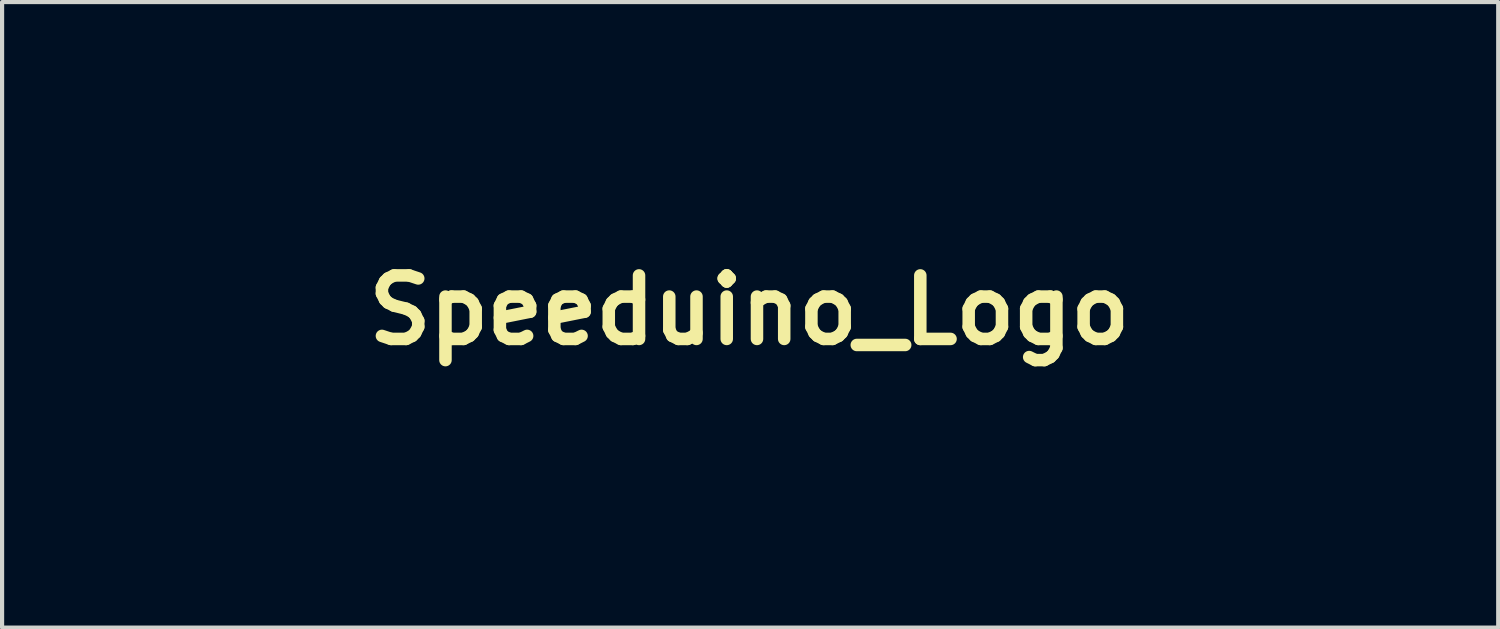
<source format=kicad_pcb>
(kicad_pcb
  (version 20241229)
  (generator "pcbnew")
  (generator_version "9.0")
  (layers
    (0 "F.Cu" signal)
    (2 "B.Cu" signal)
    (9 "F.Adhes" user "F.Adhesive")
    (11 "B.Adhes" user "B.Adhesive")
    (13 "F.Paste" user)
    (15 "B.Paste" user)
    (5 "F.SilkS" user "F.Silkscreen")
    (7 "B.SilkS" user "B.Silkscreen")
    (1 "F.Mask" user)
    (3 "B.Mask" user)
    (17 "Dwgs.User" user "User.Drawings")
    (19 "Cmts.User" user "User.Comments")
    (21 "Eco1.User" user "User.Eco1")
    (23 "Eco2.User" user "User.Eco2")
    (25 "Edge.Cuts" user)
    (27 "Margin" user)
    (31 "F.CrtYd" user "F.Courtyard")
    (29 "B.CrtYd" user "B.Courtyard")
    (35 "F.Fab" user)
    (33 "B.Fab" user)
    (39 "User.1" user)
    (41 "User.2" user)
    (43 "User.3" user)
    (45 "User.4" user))
  (footprint "Speeduino_Logo"
    (layer "F.Cu")
    (at 14.932 4.393)
    (property "Reference" "Speeduino_Logo" (at 0 0 0) (layer "F.SilkS") (effects (font (size 1.524 1.524) (thickness 0.3))))
    (attr through_hole)
    (fp_poly (pts (xy -6.972 2.968) (xy -6.973 2.969) (xy -6.975 2.968) (xy -6.972 2.968)) (stroke (width 0.01) (type solid)) (fill yes) (layer "F.Mask"))
    (fp_poly (pts (xy -2.989 0.525) (xy -3.002 0.525) (xy -3.001 0.525) (xy -2.989 0.525)) (stroke (width 0.01) (type solid)) (fill yes) (layer "F.Mask"))
    (fp_poly (pts (xy 1.868 -1.389) (xy 1.856 -1.39) (xy 1.871 -1.391) (xy 1.868 -1.389)) (stroke (width 0.01) (type solid)) (fill yes) (layer "F.Mask"))
    (fp_poly (pts (xy 4.357 2.086) (xy 4.348 2.086) (xy 4.348 2.085) (xy 4.357 2.086)) (stroke (width 0.01) (type solid)) (fill yes) (layer "F.Mask"))
    (fp_poly (pts (xy 6.637 -1.382) (xy 6.624 -1.383) (xy 6.639 -1.385) (xy 6.637 -1.382)) (stroke (width 0.01) (type solid)) (fill yes) (layer "F.Mask"))
    (fp_poly (pts (xy 11.254 -3.185) (xy 11.235 -3.165) (xy 11.215 -3.185) (xy 11.235 -3.204) (xy 11.254 -3.185)) (stroke (width 0.01) (type solid)) (fill yes) (layer "F.Mask"))
    (fp_poly (pts (xy 4.339 2.1) (xy 4.282 2.119) (xy 4.174 2.129) (xy 4.021 2.133) (xy 3.693 2.136) (xy 4.348 2.086) (xy 4.339 2.1)) (stroke (width 0.01) (type solid)) (fill yes) (layer "F.Mask"))
    (fp_poly (pts (xy 6.878 -1.409) (xy 6.639 -1.385) (xy 6.655 -1.407) (xy 6.741 -1.424) (xy 6.878 -1.43) (xy 7.132 -1.434) (xy 6.878 -1.409)) (stroke (width 0.01) (type solid)) (fill yes) (layer "F.Mask"))
    (fp_poly (pts (xy -6.834 2.959) (xy -6.816 2.989) (xy -6.863 2.99) (xy -6.882 2.986) (xy -6.972 2.968) (xy -6.96 2.963) (xy -6.885 2.934) (xy -6.834 2.959)) (stroke (width 0.01) (type solid)) (fill yes) (layer "F.Mask"))
    (fp_poly (pts (xy 2.169 -1.411) (xy 1.871 -1.391) (xy 1.902 -1.411) (xy 1.979 -1.423) (xy 2.111 -1.428) (xy 2.173 -1.429) (xy 2.481 -1.431) (xy 2.169 -1.411)) (stroke (width 0.01) (type solid)) (fill yes) (layer "F.Mask"))
    (fp_poly (pts (xy -11.847 3.709) (xy -11.84 3.754) (xy -11.857 3.816) (xy -11.879 3.83) (xy -11.909 3.796) (xy -11.918 3.73) (xy -11.906 3.663) (xy -11.879 3.654) (xy -11.847 3.709)) (stroke (width 0.01) (type solid)) (fill yes) (layer "F.Mask"))
    (fp_poly (pts (xy 2.812 4.211) (xy 2.814 4.22) (xy 2.784 4.258) (xy 2.774 4.259) (xy 2.737 4.23) (xy 2.735 4.22) (xy 2.765 4.182) (xy 2.774 4.181) (xy 2.812 4.211)) (stroke (width 0.01) (type solid)) (fill yes) (layer "F.Mask"))
    (fp_poly (pts (xy 2.93 0.069) (xy 2.931 0.078) (xy 2.901 0.116) (xy 2.892 0.117) (xy 2.854 0.087) (xy 2.853 0.078) (xy 2.882 0.04) (xy 2.892 0.039) (xy 2.93 0.069)) (stroke (width 0.01) (type solid)) (fill yes) (layer "F.Mask"))
    (fp_poly (pts (xy 7.806 2.121) (xy 7.828 2.129) (xy 7.781 2.135) (xy 7.679 2.137) (xy 7.578 2.135) (xy 7.54 2.129) (xy 7.571 2.121) (xy 7.572 2.121) (xy 7.699 2.115) (xy 7.806 2.121)) (stroke (width 0.01) (type solid)) (fill yes) (layer "F.Mask"))
    (fp_poly (pts (xy 4.211 -1.435) (xy 4.245 -1.428) (xy 4.209 -1.423) (xy 4.112 -1.42) (xy 4.064 -1.42) (xy 3.947 -1.422) (xy 3.888 -1.426) (xy 3.897 -1.433) (xy 3.917 -1.435) (xy 4.064 -1.442) (xy 4.211 -1.435)) (stroke (width 0.01) (type solid)) (fill yes) (layer "F.Mask"))
    (fp_poly (pts (xy 5.617 2.121) (xy 5.652 2.128) (xy 5.616 2.133) (xy 5.519 2.136) (xy 5.471 2.136) (xy 5.353 2.134) (xy 5.295 2.13) (xy 5.304 2.123) (xy 5.324 2.121) (xy 5.471 2.114) (xy 5.617 2.121)) (stroke (width 0.01) (type solid)) (fill yes) (layer "F.Mask"))
    (fp_poly (pts (xy 9.212 -1.435) (xy 9.247 -1.428) (xy 9.211 -1.423) (xy 9.114 -1.42) (xy 9.066 -1.42) (xy 8.948 -1.422) (xy 8.89 -1.426) (xy 8.899 -1.433) (xy 8.919 -1.435) (xy 9.066 -1.442) (xy 9.212 -1.435)) (stroke (width 0.01) (type solid)) (fill yes) (layer "F.Mask"))
    (fp_poly (pts (xy -9.932 2.119) (xy -9.916 2.121) (xy -9.877 2.127) (xy -9.908 2.132) (xy -10.003 2.135) (xy -10.082 2.136) (xy -10.209 2.134) (xy -10.277 2.13) (xy -10.279 2.124) (xy -10.248 2.121) (xy -10.092 2.114) (xy -9.932 2.119)) (stroke (width 0.01) (type solid)) (fill yes) (layer "F.Mask"))
    (fp_poly (pts (xy -5.647 1.656) (xy -5.681 1.746) (xy -5.724 1.841) (xy -5.773 1.941) (xy -5.803 1.995) (xy -5.808 1.993) (xy -5.777 1.899) (xy -5.735 1.792) (xy -5.691 1.694) (xy -5.655 1.629) (xy -5.64 1.615) (xy -5.647 1.656)) (stroke (width 0.01) (type solid)) (fill yes) (layer "F.Mask"))
    (fp_poly (pts (xy -3.22 1.653) (xy -3.258 1.747) (xy -3.3 1.841) (xy -3.349 1.942) (xy -3.384 1.996) (xy -3.396 1.993) (xy -3.382 1.941) (xy -3.347 1.856) (xy -3.302 1.759) (xy -3.257 1.672) (xy -3.221 1.614) (xy -3.206 1.607) (xy -3.22 1.653)) (stroke (width 0.01) (type solid)) (fill yes) (layer "F.Mask"))
    (fp_poly (pts (xy -2.756 0.092) (xy -2.789 0.181) (xy -2.83 0.277) (xy -2.881 0.383) (xy -2.917 0.447) (xy -2.929 0.457) (xy -2.916 0.405) (xy -2.883 0.316) (xy -2.839 0.213) (xy -2.795 0.12) (xy -2.761 0.061) (xy -2.749 0.051) (xy -2.756 0.092)) (stroke (width 0.01) (type solid)) (fill yes) (layer "F.Mask"))
    (fp_poly (pts (xy -2.132 -1.276) (xy -2.165 -1.186) (xy -2.207 -1.09) (xy -2.258 -0.987) (xy -2.293 -0.927) (xy -2.305 -0.923) (xy -2.291 -0.982) (xy -2.257 -1.074) (xy -2.212 -1.176) (xy -2.168 -1.264) (xy -2.135 -1.314) (xy -2.126 -1.318) (xy -2.132 -1.276)) (stroke (width 0.01) (type solid)) (fill yes) (layer "F.Mask"))
    (fp_poly (pts (xy -6.555 2.977) (xy -6.478 3.011) (xy -6.438 3.017) (xy -6.41 3.038) (xy -6.409 3.048) (xy -6.433 3.084) (xy -6.482 3.073) (xy -6.509 3.044) (xy -6.562 3.019) (xy -6.656 3.016) (xy -6.667 3.017) (xy -6.766 3.025) (xy -6.793 3.017) (xy -6.751 2.986) (xy -6.721 2.97) (xy -6.629 2.95) (xy -6.555 2.977)) (stroke (width 0.01) (type solid)) (fill yes) (layer "F.Mask"))
    (fp_poly (pts (xy -6.46 2.117) (xy -6.34 2.12) (xy -6.251 2.123) (xy -6.235 2.126) (xy -6.288 2.129) (xy -6.406 2.131) (xy -6.583 2.132) (xy -6.799 2.132) (xy -7.028 2.132) (xy -7.202 2.131) (xy -7.316 2.129) (xy -7.365 2.126) (xy -7.344 2.123) (xy -7.259 2.12) (xy -7.011 2.116) (xy -6.73 2.115) (xy -6.46 2.117)) (stroke (width 0.01) (type solid)) (fill yes) (layer "F.Mask"))
    (fp_poly (pts (xy -5.091 -1.438) (xy -5.012 -1.436) (xy -4.928 -1.432) (xy -4.917 -1.429) (xy -4.975 -1.427) (xy -5.097 -1.425) (xy -5.278 -1.424) (xy -5.432 -1.423) (xy -5.65 -1.424) (xy -5.812 -1.425) (xy -5.914 -1.427) (xy -5.95 -1.43) (xy -5.917 -1.434) (xy -5.852 -1.436) (xy -5.614 -1.44) (xy -5.345 -1.441) (xy -5.091 -1.438)) (stroke (width 0.01) (type solid)) (fill yes) (layer "F.Mask"))
    (fp_poly (pts (xy -4.038 2.117) (xy -3.917 2.12) (xy -3.828 2.123) (xy -3.812 2.126) (xy -3.866 2.129) (xy -3.983 2.131) (xy -4.16 2.132) (xy -4.377 2.132) (xy -4.606 2.132) (xy -4.779 2.131) (xy -4.893 2.129) (xy -4.942 2.126) (xy -4.922 2.123) (xy -4.836 2.12) (xy -4.589 2.116) (xy -4.308 2.115) (xy -4.038 2.117)) (stroke (width 0.01) (type solid)) (fill yes) (layer "F.Mask"))
    (fp_poly (pts (xy -5.901 0.556) (xy -5.412 0.564) (xy -5.885 0.576) (xy -6.359 0.588) (xy -6.54 1.016) (xy -6.611 1.184) (xy -6.668 1.324) (xy -6.707 1.422) (xy -6.721 1.463) (xy -6.685 1.471) (xy -6.584 1.479) (xy -6.434 1.487) (xy -6.249 1.494) (xy -6.203 1.495) (xy -5.686 1.507) (xy -6.243 1.515) (xy -6.8 1.524) (xy -6.746 1.397) (xy -6.708 1.305) (xy -6.648 1.165) (xy -6.579 0.999) (xy -6.541 0.909) (xy -6.389 0.549) (xy -5.901 0.556)) (stroke (width 0.01) (type solid)) (fill yes) (layer "F.Mask"))
    (fp_poly (pts (xy 7.223 -1.29) (xy 7.256 -1.197) (xy 7.301 -1.052) (xy 7.357 -0.867) (xy 7.42 -0.652) (xy 7.485 -0.42) (xy 7.551 -0.183) (xy 7.614 0.049) (xy 7.67 0.262) (xy 7.716 0.447) (xy 7.75 0.59) (xy 7.768 0.68) (xy 7.769 0.706) (xy 7.754 0.691) (xy 7.726 0.615) (xy 7.691 0.494) (xy 7.682 0.461) (xy 7.648 0.331) (xy 7.597 0.144) (xy 7.535 -0.083) (xy 7.466 -0.331) (xy 7.401 -0.564) (xy 7.338 -0.792) (xy 7.283 -0.993) (xy 7.241 -1.155) (xy 7.215 -1.267) (xy 7.206 -1.317) (xy 7.206 -1.319) (xy 7.223 -1.29)) (stroke (width 0.01) (type solid)) (fill yes) (layer "F.Mask"))
    (fp_poly (pts (xy -3.015 0.54) (xy -3.064 0.557) (xy -3.154 0.567) (xy -3.297 0.573) (xy -3.472 0.578) (xy -3.654 0.583) (xy -3.804 0.588) (xy -3.907 0.594) (xy -3.947 0.599) (xy -3.947 0.599) (xy -3.962 0.637) (xy -4.002 0.732) (xy -4.061 0.87) (xy -4.134 1.037) (xy -4.138 1.046) (xy -4.33 1.483) (xy -3.816 1.495) (xy -3.302 1.507) (xy -3.843 1.515) (xy -4.067 1.517) (xy -4.222 1.515) (xy -4.317 1.506) (xy -4.361 1.492) (xy -4.366 1.475) (xy -4.344 1.422) (xy -4.297 1.313) (xy -4.233 1.163) (xy -4.159 0.99) (xy -4.158 0.988) (xy -3.969 0.549) (xy -3.002 0.525) (xy -3.015 0.54)) (stroke (width 0.01) (type solid)) (fill yes) (layer "F.Mask"))
    (fp_poly (pts (xy 8.72 -1.297) (xy 8.698 -1.215) (xy 8.67 -1.143) (xy 8.632 -1.056) (xy 8.569 -0.909) (xy 8.486 -0.714) (xy 8.388 -0.485) (xy 8.28 -0.233) (xy 8.198 -0.039) (xy 8.064 0.276) (xy 7.957 0.522) (xy 7.877 0.704) (xy 7.821 0.825) (xy 7.787 0.89) (xy 7.774 0.902) (xy 7.779 0.866) (xy 7.786 0.84) (xy 7.806 0.785) (xy 7.854 0.668) (xy 7.924 0.499) (xy 8.012 0.289) (xy 8.115 0.047) (xy 8.228 -0.217) (xy 8.241 -0.247) (xy 8.354 -0.51) (xy 8.455 -0.75) (xy 8.542 -0.958) (xy 8.61 -1.123) (xy 8.656 -1.237) (xy 8.675 -1.291) (xy 8.675 -1.293) (xy 8.705 -1.328) (xy 8.713 -1.329) (xy 8.72 -1.297)) (stroke (width 0.01) (type solid)) (fill yes) (layer "F.Mask"))
    (fp_poly (pts (xy -2.887 -0.823) (xy -2.702 -0.819) (xy -2.546 -0.813) (xy -2.437 -0.807) (xy -2.389 -0.799) (xy -2.388 -0.799) (xy -2.418 -0.792) (xy -2.512 -0.787) (xy -2.656 -0.783) (xy -2.835 -0.782) (xy -2.861 -0.782) (xy -3.086 -0.779) (xy -3.241 -0.771) (xy -3.334 -0.756) (xy -3.372 -0.734) (xy -3.373 -0.733) (xy -3.397 -0.676) (xy -3.443 -0.568) (xy -3.503 -0.426) (xy -3.53 -0.363) (xy -3.665 -0.042) (xy -3.249 -0.029) (xy -2.833 -0.017) (xy -3.275 -0.008) (xy -3.466 -0.005) (xy -3.591 -0.006) (xy -3.663 -0.013) (xy -3.695 -0.029) (xy -3.699 -0.056) (xy -3.691 -0.083) (xy -3.664 -0.155) (xy -3.614 -0.276) (xy -3.549 -0.426) (xy -3.517 -0.498) (xy -3.369 -0.83) (xy -2.887 -0.823)) (stroke (width 0.01) (type solid)) (fill yes) (layer "F.Mask"))
    (fp_poly (pts (xy 5.771 -1.242) (xy 5.744 -1.18) (xy 5.69 -1.054) (xy 5.612 -0.872) (xy 5.513 -0.643) (xy 5.397 -0.375) (xy 5.268 -0.075) (xy 5.129 0.248) (xy 5.042 0.448) (xy 4.9 0.777) (xy 4.768 1.086) (xy 4.649 1.366) (xy 4.546 1.61) (xy 4.462 1.81) (xy 4.401 1.958) (xy 4.366 2.047) (xy 4.359 2.07) (xy 4.348 2.085) (xy 4.03 2.078) (xy 3.872 2.074) (xy 3.776 2.066) (xy 3.73 2.05) (xy 3.719 2.022) (xy 3.727 1.983) (xy 3.747 1.93) (xy 3.795 1.813) (xy 3.867 1.639) (xy 3.961 1.417) (xy 4.073 1.153) (xy 4.2 0.857) (xy 4.339 0.534) (xy 4.452 0.274) (xy 5.154 -1.348) (xy 5.489 -1.359) (xy 5.825 -1.371) (xy 5.771 -1.242)) (stroke (width 0.01) (type solid)) (fill yes) (layer "F.Mask"))
    (fp_poly (pts (xy 6.079 -1.93) (xy 6.134 -1.877) (xy 6.169 -1.836) (xy 6.281 -1.702) (xy 6.513 -1.75) (xy 6.662 -1.776) (xy 6.799 -1.794) (xy 6.868 -1.798) (xy 6.961 -1.809) (xy 7.014 -1.836) (xy 7.014 -1.837) (xy 7.062 -1.851) (xy 7.181 -1.862) (xy 7.363 -1.867) (xy 7.601 -1.868) (xy 7.691 -1.867) (xy 8.343 -1.858) (xy 7.705 -1.846) (xy 7.43 -1.839) (xy 7.225 -1.827) (xy 7.084 -1.811) (xy 7 -1.79) (xy 6.982 -1.781) (xy 6.903 -1.753) (xy 6.772 -1.726) (xy 6.615 -1.705) (xy 6.584 -1.702) (xy 6.427 -1.691) (xy 6.327 -1.69) (xy 6.262 -1.706) (xy 6.211 -1.741) (xy 6.164 -1.788) (xy 6.095 -1.868) (xy 6.059 -1.926) (xy 6.057 -1.935) (xy 6.079 -1.93)) (stroke (width 0.01) (type solid)) (fill yes) (layer "F.Mask"))
    (fp_poly (pts (xy -9.034 -1.309) (xy -9.053 -1.266) (xy -9.1 -1.159) (xy -9.171 -0.994) (xy -9.263 -0.78) (xy -9.374 -0.524) (xy -9.499 -0.233) (xy -9.636 0.086) (xy -9.75 0.352) (xy -9.895 0.687) (xy -10.031 1.001) (xy -10.155 1.285) (xy -10.264 1.533) (xy -10.354 1.737) (xy -10.423 1.89) (xy -10.467 1.984) (xy -10.482 2.012) (xy -10.495 2.011) (xy -10.478 1.954) (xy -10.478 1.954) (xy -10.442 1.863) (xy -10.388 1.735) (xy -10.316 1.563) (xy -10.221 1.343) (xy -10.103 1.069) (xy -9.959 0.735) (xy -9.785 0.336) (xy -9.75 0.254) (xy -9.628 -0.027) (xy -9.511 -0.297) (xy -9.405 -0.543) (xy -9.314 -0.754) (xy -9.244 -0.919) (xy -9.199 -1.025) (xy -9.194 -1.036) (xy -9.138 -1.163) (xy -9.088 -1.263) (xy -9.057 -1.309) (xy -9.029 -1.327) (xy -9.034 -1.309)) (stroke (width 0.01) (type solid)) (fill yes) (layer "F.Mask"))
    (fp_poly (pts (xy -6.347 -1.304) (xy -6.359 -1.269) (xy -6.383 -1.208) (xy -6.421 -1.114) (xy -6.476 -0.984) (xy -6.55 -0.81) (xy -6.646 -0.587) (xy -6.765 -0.31) (xy -6.91 0.027) (xy -7.083 0.429) (xy -7.1 0.469) (xy -7.24 0.792) (xy -7.371 1.093) (xy -7.49 1.364) (xy -7.594 1.598) (xy -7.68 1.787) (xy -7.743 1.923) (xy -7.78 1.999) (xy -7.788 2.012) (xy -7.812 2.025) (xy -7.804 1.993) (xy -7.783 1.941) (xy -7.735 1.829) (xy -7.665 1.667) (xy -7.578 1.467) (xy -7.48 1.239) (xy -7.425 1.114) (xy -7.294 0.811) (xy -7.146 0.47) (xy -6.994 0.118) (xy -6.85 -0.216) (xy -6.733 -0.488) (xy -6.632 -0.72) (xy -6.54 -0.928) (xy -6.462 -1.101) (xy -6.403 -1.228) (xy -6.366 -1.299) (xy -6.36 -1.309) (xy -6.35 -1.319) (xy -6.345 -1.319) (xy -6.347 -1.304)) (stroke (width 0.01) (type solid)) (fill yes) (layer "F.Mask"))
    (fp_poly (pts (xy -3.288 -1.44) (xy -3.037 -1.437) (xy -2.208 -1.429) (xy -3.047 -1.408) (xy -3.886 -1.387) (xy -4.591 0.237) (xy -4.768 0.647) (xy -4.917 0.991) (xy -5.041 1.274) (xy -5.14 1.502) (xy -5.219 1.681) (xy -5.279 1.816) (xy -5.323 1.913) (xy -5.354 1.977) (xy -5.373 2.014) (xy -5.384 2.029) (xy -5.389 2.029) (xy -5.39 2.023) (xy -5.376 1.981) (xy -5.333 1.877) (xy -5.267 1.718) (xy -5.181 1.513) (xy -5.078 1.271) (xy -4.962 1.002) (xy -4.838 0.712) (xy -4.708 0.412) (xy -4.576 0.109) (xy -4.447 -0.187) (xy -4.324 -0.468) (xy -4.211 -0.726) (xy -4.111 -0.951) (xy -4.029 -1.135) (xy -3.967 -1.27) (xy -3.931 -1.346) (xy -3.924 -1.358) (xy -3.903 -1.387) (xy -3.876 -1.409) (xy -3.833 -1.424) (xy -3.763 -1.434) (xy -3.656 -1.439) (xy -3.501 -1.441) (xy -3.288 -1.44)) (stroke (width 0.01) (type solid)) (fill yes) (layer "F.Mask"))
    (fp_poly (pts (xy 5.879 -1.315) (xy 5.876 -1.298) (xy 5.862 -1.259) (xy 5.835 -1.193) (xy 5.794 -1.094) (xy 5.735 -0.955) (xy 5.656 -0.772) (xy 5.555 -0.538) (xy 5.429 -0.247) (xy 5.276 0.106) (xy 5.177 0.332) (xy 5.056 0.612) (xy 4.94 0.879) (xy 4.836 1.122) (xy 4.747 1.33) (xy 4.679 1.49) (xy 4.637 1.592) (xy 4.632 1.602) (xy 4.575 1.738) (xy 4.517 1.864) (xy 4.466 1.965) (xy 4.43 2.025) (xy 4.417 2.03) (xy 4.432 1.986) (xy 4.474 1.88) (xy 4.54 1.719) (xy 4.627 1.513) (xy 4.73 1.27) (xy 4.845 1) (xy 4.97 0.711) (xy 5.099 0.412) (xy 5.23 0.111) (xy 5.358 -0.183) (xy 5.48 -0.46) (xy 5.592 -0.713) (xy 5.69 -0.932) (xy 5.77 -1.109) (xy 5.828 -1.235) (xy 5.862 -1.302) (xy 5.867 -1.309) (xy 5.876 -1.317) (xy 5.879 -1.315)) (stroke (width 0.01) (type solid)) (fill yes) (layer "F.Mask"))
    (fp_poly (pts (xy 6.572 -1.295) (xy 6.538 -1.203) (xy 6.483 -1.066) (xy 6.411 -0.897) (xy 6.391 -0.85) (xy 6.322 -0.693) (xy 6.229 -0.477) (xy 6.116 -0.217) (xy 5.989 0.075) (xy 5.855 0.385) (xy 5.719 0.699) (xy 5.666 0.821) (xy 5.521 1.155) (xy 5.404 1.424) (xy 5.311 1.635) (xy 5.241 1.793) (xy 5.191 1.905) (xy 5.156 1.978) (xy 5.134 2.018) (xy 5.123 2.031) (xy 5.119 2.024) (xy 5.119 2.019) (xy 5.128 1.99) (xy 5.156 1.918) (xy 5.204 1.8) (xy 5.275 1.633) (xy 5.369 1.411) (xy 5.489 1.133) (xy 5.635 0.793) (xy 5.81 0.389) (xy 5.97 0.02) (xy 6.122 -0.329) (xy 6.245 -0.612) (xy 6.343 -0.837) (xy 6.419 -1.01) (xy 6.477 -1.137) (xy 6.518 -1.226) (xy 6.546 -1.283) (xy 6.564 -1.315) (xy 6.576 -1.327) (xy 6.58 -1.329) (xy 6.572 -1.295)) (stroke (width 0.01) (type solid)) (fill yes) (layer "F.Mask"))
    (fp_poly (pts (xy 9.453 -1.324) (xy 9.447 -1.299) (xy 9.425 -1.24) (xy 9.382 -1.14) (xy 9.316 -0.988) (xy 9.223 -0.777) (xy 9.181 -0.684) (xy 9.086 -0.468) (xy 8.993 -0.254) (xy 8.91 -0.063) (xy 8.847 0.084) (xy 8.833 0.117) (xy 8.734 0.355) (xy 8.626 0.61) (xy 8.514 0.871) (xy 8.402 1.129) (xy 8.296 1.371) (xy 8.2 1.59) (xy 8.118 1.773) (xy 8.054 1.911) (xy 8.014 1.994) (xy 8.003 2.012) (xy 7.987 2.013) (xy 8.004 1.954) (xy 8.03 1.889) (xy 8.083 1.765) (xy 8.155 1.594) (xy 8.243 1.39) (xy 8.341 1.163) (xy 8.362 1.114) (xy 8.482 0.835) (xy 8.621 0.512) (xy 8.768 0.171) (xy 8.911 -0.162) (xy 9.035 -0.449) (xy 9.138 -0.687) (xy 9.232 -0.9) (xy 9.314 -1.08) (xy 9.377 -1.215) (xy 9.417 -1.294) (xy 9.428 -1.309) (xy 9.445 -1.325) (xy 9.453 -1.324)) (stroke (width 0.01) (type solid)) (fill yes) (layer "F.Mask"))
    (fp_poly (pts (xy -8.168 -1.435) (xy -7.884 -1.409) (xy -7.657 -1.358) (xy -7.478 -1.279) (xy -7.337 -1.168) (xy -7.226 -1.022) (xy -7.197 -0.971) (xy -7.131 -0.769) (xy -7.13 -0.545) (xy -7.189 -0.308) (xy -7.303 -0.071) (xy -7.465 0.158) (xy -7.67 0.368) (xy -7.914 0.548) (xy -8.055 0.628) (xy -8.301 0.734) (xy -8.552 0.811) (xy -8.782 0.851) (xy -8.888 0.855) (xy -8.965 0.851) (xy -8.978 0.845) (xy -8.923 0.833) (xy -8.813 0.816) (xy -8.48 0.75) (xy -8.194 0.652) (xy -7.952 0.529) (xy -7.702 0.351) (xy -7.495 0.145) (xy -7.335 -0.079) (xy -7.225 -0.312) (xy -7.17 -0.544) (xy -7.174 -0.765) (xy -7.239 -0.966) (xy -7.321 -1.084) (xy -7.423 -1.186) (xy -7.535 -1.263) (xy -7.671 -1.319) (xy -7.843 -1.359) (xy -8.065 -1.386) (xy -8.351 -1.405) (xy -8.381 -1.406) (xy -8.968 -1.434) (xy -8.519 -1.439) (xy -8.168 -1.435)) (stroke (width 0.01) (type solid)) (fill yes) (layer "F.Mask"))
    (fp_poly (pts (xy 9.922 -2.295) (xy 9.888 -2.277) (xy 9.817 -2.234) (xy 9.754 -2.182) (xy 9.66 -2.124) (xy 9.57 -2.114) (xy 9.515 -2.149) (xy 9.452 -2.185) (xy 9.351 -2.18) (xy 9.238 -2.139) (xy 9.187 -2.107) (xy 9.122 -2.067) (xy 9.048 -2.044) (xy 8.943 -2.035) (xy 8.787 -2.037) (xy 8.74 -2.039) (xy 8.572 -2.043) (xy 8.466 -2.038) (xy 8.41 -2.022) (xy 8.387 -1.993) (xy 8.387 -1.993) (xy 8.374 -1.978) (xy 8.367 -2.022) (xy 8.368 -2.062) (xy 8.386 -2.087) (xy 8.435 -2.101) (xy 8.527 -2.108) (xy 8.678 -2.11) (xy 8.768 -2.11) (xy 8.965 -2.113) (xy 9.098 -2.122) (xy 9.179 -2.14) (xy 9.222 -2.168) (xy 9.222 -2.169) (xy 9.292 -2.21) (xy 9.389 -2.226) (xy 9.478 -2.215) (xy 9.515 -2.188) (xy 9.577 -2.151) (xy 9.665 -2.166) (xy 9.75 -2.227) (xy 9.825 -2.285) (xy 9.883 -2.302) (xy 9.922 -2.295)) (stroke (width 0.01) (type solid)) (fill yes) (layer "F.Mask"))
    (fp_poly (pts (xy 5.487 -1.438) (xy 5.803 -1.43) (xy 5.484 -1.417) (xy 5.318 -1.404) (xy 5.194 -1.384) (xy 5.129 -1.359) (xy 5.127 -1.356) (xy 5.103 -1.311) (xy 5.052 -1.201) (xy 4.978 -1.037) (xy 4.885 -0.826) (xy 4.775 -0.577) (xy 4.654 -0.299) (xy 4.533 -0.02) (xy 4.343 0.422) (xy 4.181 0.797) (xy 4.046 1.111) (xy 3.934 1.368) (xy 3.844 1.573) (xy 3.774 1.733) (xy 3.721 1.851) (xy 3.683 1.933) (xy 3.658 1.984) (xy 3.643 2.009) (xy 3.636 2.013) (xy 3.635 2.008) (xy 3.65 1.96) (xy 3.691 1.852) (xy 3.753 1.698) (xy 3.832 1.509) (xy 3.911 1.324) (xy 4.006 1.105) (xy 4.123 0.832) (xy 4.255 0.526) (xy 4.394 0.204) (xy 4.53 -0.113) (xy 4.614 -0.309) (xy 4.728 -0.573) (xy 4.836 -0.815) (xy 4.932 -1.027) (xy 5.012 -1.197) (xy 5.071 -1.315) (xy 5.104 -1.373) (xy 5.105 -1.374) (xy 5.151 -1.411) (xy 5.22 -1.431) (xy 5.33 -1.439) (xy 5.487 -1.438)) (stroke (width 0.01) (type solid)) (fill yes) (layer "F.Mask"))
    (fp_poly (pts (xy 6.777 -0.12) (xy 6.807 -0.025) (xy 6.844 0.115) (xy 6.871 0.225) (xy 6.921 0.42) (xy 6.989 0.675) (xy 7.073 0.975) (xy 7.166 1.305) (xy 7.267 1.651) (xy 7.348 1.925) (xy 7.362 1.995) (xy 7.35 2.014) (xy 7.349 2.014) (xy 7.331 1.973) (xy 7.297 1.869) (xy 7.248 1.713) (xy 7.189 1.516) (xy 7.122 1.291) (xy 7.052 1.049) (xy 6.982 0.801) (xy 6.915 0.559) (xy 6.854 0.336) (xy 6.803 0.142) (xy 6.798 0.123) (xy 6.77 0.025) (xy 6.746 -0.028) (xy 6.74 -0.031) (xy 6.721 0.007) (xy 6.676 0.108) (xy 6.609 0.262) (xy 6.525 0.459) (xy 6.427 0.689) (xy 6.332 0.912) (xy 6.193 1.24) (xy 6.073 1.516) (xy 5.975 1.737) (xy 5.901 1.9) (xy 5.851 2) (xy 5.828 2.034) (xy 5.83 2.006) (xy 5.851 1.95) (xy 5.896 1.837) (xy 5.963 1.676) (xy 6.046 1.479) (xy 6.14 1.257) (xy 6.242 1.019) (xy 6.345 0.778) (xy 6.447 0.543) (xy 6.542 0.326) (xy 6.625 0.137) (xy 6.692 -0.014) (xy 6.739 -0.114) (xy 6.76 -0.155) (xy 6.76 -0.155) (xy 6.777 -0.12)) (stroke (width 0.01) (type solid)) (fill yes) (layer "F.Mask"))
    (fp_poly (pts (xy -8.395 -1.345) (xy -8.143 -1.342) (xy -7.955 -1.333) (xy -7.813 -1.318) (xy -7.704 -1.294) (xy -7.645 -1.274) (xy -7.444 -1.161) (xy -7.304 -1.001) (xy -7.228 -0.802) (xy -7.221 -0.569) (xy -7.232 -0.495) (xy -7.328 -0.188) (xy -7.491 0.085) (xy -7.714 0.319) (xy -7.991 0.51) (xy -8.316 0.653) (xy -8.683 0.743) (xy -8.822 0.761) (xy -9.066 0.785) (xy -8.985 0.58) (xy -8.938 0.463) (xy -8.902 0.378) (xy -8.888 0.349) (xy -8.843 0.329) (xy -8.747 0.308) (xy -8.683 0.298) (xy -8.446 0.229) (xy -8.241 0.099) (xy -8.08 -0.081) (xy -7.974 -0.298) (xy -7.933 -0.54) (xy -7.933 -0.554) (xy -7.952 -0.703) (xy -8.015 -0.797) (xy -8.13 -0.845) (xy -8.307 -0.853) (xy -8.322 -0.852) (xy -8.524 -0.84) (xy -9.153 0.615) (xy -9.782 2.071) (xy -10.108 2.071) (xy -10.256 2.069) (xy -10.369 2.064) (xy -10.429 2.057) (xy -10.434 2.055) (xy -10.419 2.016) (xy -10.376 1.915) (xy -10.31 1.759) (xy -10.224 1.557) (xy -10.122 1.319) (xy -10.007 1.051) (xy -9.883 0.764) (xy -9.755 0.466) (xy -9.625 0.165) (xy -9.497 -0.13) (xy -9.375 -0.41) (xy -9.263 -0.667) (xy -9.187 -0.84) (xy -8.965 -1.348) (xy -8.395 -1.345)) (stroke (width 0.01) (type solid)) (fill yes) (layer "F.Mask"))
    (fp_poly (pts (xy -8.271 -0.81) (xy -8.119 -0.792) (xy -8.029 -0.752) (xy -7.985 -0.675) (xy -7.973 -0.547) (xy -7.973 -0.528) (xy -8.01 -0.306) (xy -8.113 -0.102) (xy -8.269 0.069) (xy -8.464 0.191) (xy -8.58 0.231) (xy -8.696 0.256) (xy -8.788 0.269) (xy -8.842 0.269) (xy -8.845 0.257) (xy -8.792 0.235) (xy -8.684 0.205) (xy -8.558 0.179) (xy -8.557 0.179) (xy -8.38 0.112) (xy -8.226 -0.016) (xy -8.105 -0.191) (xy -8.031 -0.397) (xy -8.011 -0.572) (xy -8.034 -0.684) (xy -8.109 -0.751) (xy -8.244 -0.779) (xy -8.311 -0.782) (xy -8.46 -0.782) (xy -8.646 -0.361) (xy -8.734 -0.157) (xy -8.825 0.056) (xy -8.905 0.249) (xy -8.945 0.352) (xy -9.016 0.527) (xy -9.094 0.705) (xy -9.16 0.849) (xy -9.161 0.851) (xy -9.226 0.988) (xy -9.304 1.164) (xy -9.382 1.345) (xy -9.396 1.379) (xy -9.508 1.646) (xy -9.594 1.84) (xy -9.652 1.962) (xy -9.684 2.011) (xy -9.69 2.003) (xy -9.675 1.955) (xy -9.634 1.846) (xy -9.569 1.688) (xy -9.487 1.491) (xy -9.391 1.266) (xy -9.346 1.163) (xy -9.224 0.882) (xy -9.094 0.579) (xy -8.964 0.277) (xy -8.846 -0.000392) (xy -8.75 -0.227) (xy -8.499 -0.825) (xy -8.271 -0.81)) (stroke (width 0.01) (type solid)) (fill yes) (layer "F.Mask"))
    (fp_poly (pts (xy 11.398 -0.805) (xy 11.538 -0.754) (xy 11.627 -0.658) (xy 11.672 -0.508) (xy 11.678 -0.297) (xy 11.674 -0.224) (xy 11.622 0.106) (xy 11.519 0.434) (xy 11.371 0.745) (xy 11.189 1.022) (xy 10.98 1.248) (xy 10.826 1.367) (xy 10.689 1.444) (xy 10.561 1.487) (xy 10.404 1.507) (xy 10.363 1.51) (xy 10.215 1.512) (xy 10.088 1.503) (xy 10.016 1.487) (xy 9.911 1.4) (xy 9.842 1.249) (xy 9.81 1.04) (xy 9.809 0.969) (xy 9.81 0.954) (xy 9.849 0.954) (xy 9.854 1.151) (xy 9.885 1.287) (xy 9.972 1.399) (xy 10.115 1.464) (xy 10.309 1.481) (xy 10.545 1.448) (xy 10.582 1.439) (xy 10.775 1.354) (xy 10.965 1.204) (xy 11.146 1.002) (xy 11.308 0.76) (xy 11.446 0.492) (xy 11.553 0.21) (xy 11.62 -0.072) (xy 11.641 -0.342) (xy 11.636 -0.432) (xy 11.605 -0.594) (xy 11.542 -0.696) (xy 11.431 -0.751) (xy 11.306 -0.772) (xy 11.034 -0.76) (xy 10.774 -0.675) (xy 10.533 -0.521) (xy 10.316 -0.302) (xy 10.128 -0.023) (xy 9.994 0.262) (xy 9.921 0.489) (xy 9.872 0.726) (xy 9.849 0.954) (xy 9.81 0.954) (xy 9.838 0.644) (xy 9.922 0.33) (xy 10.051 0.035) (xy 10.219 -0.231) (xy 10.418 -0.458) (xy 10.642 -0.638) (xy 10.882 -0.761) (xy 11.133 -0.818) (xy 11.2 -0.821) (xy 11.398 -0.805)) (stroke (width 0.01) (type solid)) (fill yes) (layer "F.Mask"))
    (fp_poly (pts (xy -2.775 -1.367) (xy -2.558 -1.365) (xy -2.382 -1.361) (xy -2.256 -1.357) (xy -2.193 -1.351) (xy -2.188 -1.349) (xy -2.203 -1.307) (xy -2.241 -1.214) (xy -2.284 -1.115) (xy -2.379 -0.899) (xy -3.39 -0.899) (xy -3.588 -0.44) (xy -3.785 0.02) (xy -3.299 0.03) (xy -3.115 0.036) (xy -2.963 0.044) (xy -2.857 0.052) (xy -2.814 0.061) (xy -2.814 0.061) (xy -2.83 0.105) (xy -2.871 0.192) (xy -2.892 0.234) (xy -2.944 0.352) (xy -2.979 0.455) (xy -2.983 0.477) (xy -2.993 0.515) (xy -3.001 0.525) (xy -3.497 0.518) (xy -4.005 0.51) (xy -4.22 1.021) (xy -4.298 1.206) (xy -4.365 1.365) (xy -4.415 1.484) (xy -4.442 1.549) (xy -4.445 1.557) (xy -4.412 1.565) (xy -4.314 1.571) (xy -4.164 1.573) (xy -3.975 1.573) (xy -3.865 1.571) (xy -3.632 1.565) (xy -3.468 1.564) (xy -3.364 1.574) (xy -3.312 1.6) (xy -3.303 1.649) (xy -3.329 1.728) (xy -3.38 1.842) (xy -3.405 1.899) (xy -3.482 2.071) (xy -4.398 2.071) (xy -4.656 2.07) (xy -4.886 2.067) (xy -5.077 2.061) (xy -5.219 2.055) (xy -5.3 2.047) (xy -5.315 2.042) (xy -5.3 2.001) (xy -5.256 1.896) (xy -5.188 1.733) (xy -5.098 1.52) (xy -4.989 1.264) (xy -4.864 0.972) (xy -4.726 0.652) (xy -4.584 0.322) (xy -3.853 -1.368) (xy -3.021 -1.368) (xy -2.775 -1.367)) (stroke (width 0.01) (type solid)) (fill yes) (layer "F.Mask"))
    (fp_poly (pts (xy 11.537 -1.395) (xy 11.765 -1.359) (xy 11.944 -1.297) (xy 12.151 -1.149) (xy 12.309 -0.948) (xy 12.412 -0.706) (xy 12.454 -0.436) (xy 12.448 -0.258) (xy 12.372 0.117) (xy 12.234 0.499) (xy 12.044 0.868) (xy 11.81 1.2) (xy 11.749 1.272) (xy 11.467 1.548) (xy 11.158 1.774) (xy 10.833 1.944) (xy 10.503 2.057) (xy 10.176 2.107) (xy 9.863 2.091) (xy 9.7 2.053) (xy 9.466 1.942) (xy 9.278 1.773) (xy 9.141 1.558) (xy 9.058 1.302) (xy 9.033 1.017) (xy 9.05 0.879) (xy 9.752 0.879) (xy 9.756 1.103) (xy 9.808 1.295) (xy 9.91 1.445) (xy 9.932 1.464) (xy 10.077 1.54) (xy 10.265 1.569) (xy 10.475 1.551) (xy 10.687 1.486) (xy 10.738 1.462) (xy 10.969 1.308) (xy 11.184 1.088) (xy 11.376 0.815) (xy 11.536 0.502) (xy 11.657 0.162) (xy 11.722 -0.131) (xy 11.738 -0.353) (xy 11.713 -0.551) (xy 11.651 -0.705) (xy 11.6 -0.767) (xy 11.495 -0.82) (xy 11.338 -0.849) (xy 11.155 -0.853) (xy 10.968 -0.829) (xy 10.864 -0.801) (xy 10.654 -0.7) (xy 10.455 -0.547) (xy 10.272 -0.352) (xy 10.11 -0.126) (xy 9.972 0.121) (xy 9.864 0.377) (xy 9.789 0.634) (xy 9.752 0.879) (xy 9.05 0.879) (xy 9.07 0.71) (xy 9.081 0.664) (xy 9.212 0.277) (xy 9.403 -0.092) (xy 9.643 -0.433) (xy 9.925 -0.738) (xy 10.238 -0.997) (xy 10.573 -1.2) (xy 10.922 -1.338) (xy 11.055 -1.371) (xy 11.291 -1.4) (xy 11.537 -1.395)) (stroke (width 0.01) (type solid)) (fill yes) (layer "F.Mask"))
    (fp_poly (pts (xy 7.127 -1.348) (xy 7.198 -1.114) (xy 7.23 -1.007) (xy 7.277 -0.839) (xy 7.336 -0.626) (xy 7.404 -0.383) (xy 7.475 -0.123) (xy 7.546 0.138) (xy 7.613 0.384) (xy 7.672 0.602) (xy 7.718 0.776) (xy 7.739 0.858) (xy 7.784 1.032) (xy 8.278 -0.119) (xy 8.4 -0.401) (xy 8.512 -0.661) (xy 8.612 -0.89) (xy 8.695 -1.079) (xy 8.758 -1.22) (xy 8.796 -1.302) (xy 8.804 -1.319) (xy 8.865 -1.349) (xy 8.995 -1.365) (xy 9.107 -1.368) (xy 9.241 -1.366) (xy 9.338 -1.361) (xy 9.378 -1.354) (xy 9.378 -1.354) (xy 9.363 -1.316) (xy 9.32 -1.214) (xy 9.252 -1.055) (xy 9.162 -0.844) (xy 9.053 -0.59) (xy 8.928 -0.3) (xy 8.79 0.019) (xy 8.644 0.356) (xy 7.91 2.052) (xy 7.689 2.063) (xy 7.558 2.066) (xy 7.481 2.052) (xy 7.439 2.017) (xy 7.428 1.999) (xy 7.402 1.933) (xy 7.36 1.804) (xy 7.305 1.625) (xy 7.241 1.409) (xy 7.172 1.168) (xy 7.101 0.916) (xy 7.032 0.665) (xy 6.968 0.428) (xy 6.913 0.217) (xy 6.872 0.05) (xy 6.78 -0.344) (xy 6.271 0.854) (xy 5.761 2.052) (xy 5.479 2.063) (xy 5.342 2.064) (xy 5.242 2.056) (xy 5.198 2.041) (xy 5.197 2.039) (xy 5.212 1.984) (xy 5.249 1.887) (xy 5.272 1.832) (xy 5.474 1.369) (xy 5.667 0.925) (xy 5.85 0.504) (xy 6.018 0.111) (xy 6.171 -0.247) (xy 6.307 -0.566) (xy 6.421 -0.84) (xy 6.514 -1.063) (xy 6.581 -1.231) (xy 6.622 -1.338) (xy 6.633 -1.378) (xy 6.637 -1.382) (xy 7.127 -1.348)) (stroke (width 0.01) (type solid)) (fill yes) (layer "F.Mask"))
    (fp_poly (pts (xy 3.684 -1.282) (xy 3.647 -1.182) (xy 3.587 -1.032) (xy 3.509 -0.843) (xy 3.418 -0.625) (xy 3.318 -0.389) (xy 3.213 -0.145) (xy 3.109 0.095) (xy 3.009 0.321) (xy 2.918 0.522) (xy 2.842 0.687) (xy 2.787 0.801) (xy 2.649 1.049) (xy 2.519 1.231) (xy 2.385 1.361) (xy 2.253 1.443) (xy 2.096 1.498) (xy 1.927 1.523) (xy 1.771 1.518) (xy 1.653 1.482) (xy 1.62 1.458) (xy 1.581 1.404) (xy 1.561 1.332) (xy 1.562 1.236) (xy 1.585 1.108) (xy 1.633 0.943) (xy 1.707 0.732) (xy 1.809 0.47) (xy 1.941 0.15) (xy 2.071 -0.156) (xy 2.19 -0.433) (xy 2.301 -0.688) (xy 2.4 -0.911) (xy 2.482 -1.093) (xy 2.543 -1.225) (xy 2.579 -1.298) (xy 2.587 -1.309) (xy 2.599 -1.32) (xy 2.605 -1.321) (xy 2.601 -1.303) (xy 2.585 -1.26) (xy 2.554 -1.183) (xy 2.505 -1.066) (xy 2.434 -0.9) (xy 2.339 -0.68) (xy 2.216 -0.396) (xy 2.188 -0.332) (xy 2.013 0.076) (xy 1.869 0.418) (xy 1.758 0.701) (xy 1.676 0.93) (xy 1.625 1.111) (xy 1.601 1.248) (xy 1.606 1.348) (xy 1.637 1.416) (xy 1.693 1.458) (xy 1.775 1.479) (xy 1.88 1.485) (xy 1.883 1.485) (xy 2.105 1.455) (xy 2.303 1.363) (xy 2.482 1.205) (xy 2.648 0.976) (xy 2.748 0.794) (xy 2.795 0.695) (xy 2.868 0.537) (xy 2.958 0.334) (xy 3.062 0.099) (xy 3.173 -0.152) (xy 3.285 -0.408) (xy 3.391 -0.655) (xy 3.487 -0.879) (xy 3.566 -1.066) (xy 3.623 -1.203) (xy 3.64 -1.246) (xy 3.672 -1.309) (xy 3.693 -1.322) (xy 3.684 -1.282)) (stroke (width 0.01) (type solid)) (fill yes) (layer "F.Mask"))
    (fp_poly (pts (xy 2.538 -1.348) (xy 2.068 -0.255) (xy 1.946 0.029) (xy 1.833 0.299) (xy 1.732 0.545) (xy 1.648 0.755) (xy 1.585 0.919) (xy 1.548 1.026) (xy 1.543 1.044) (xy 1.514 1.239) (xy 1.537 1.395) (xy 1.609 1.502) (xy 1.643 1.525) (xy 1.755 1.555) (xy 1.91 1.561) (xy 2.075 1.543) (xy 2.219 1.502) (xy 2.219 1.502) (xy 2.32 1.454) (xy 2.411 1.394) (xy 2.499 1.315) (xy 2.586 1.211) (xy 2.677 1.074) (xy 2.776 0.897) (xy 2.888 0.673) (xy 3.017 0.396) (xy 3.167 0.059) (xy 3.3 -0.246) (xy 3.776 -1.348) (xy 4.076 -1.36) (xy 4.218 -1.363) (xy 4.324 -1.362) (xy 4.375 -1.357) (xy 4.377 -1.356) (xy 4.361 -1.311) (xy 4.318 -1.205) (xy 4.251 -1.048) (xy 4.166 -0.85) (xy 4.066 -0.622) (xy 3.957 -0.373) (xy 3.842 -0.114) (xy 3.727 0.145) (xy 3.615 0.395) (xy 3.511 0.624) (xy 3.42 0.823) (xy 3.346 0.982) (xy 3.294 1.091) (xy 3.273 1.13) (xy 3.078 1.405) (xy 2.826 1.656) (xy 2.54 1.863) (xy 2.41 1.935) (xy 2.248 2.01) (xy 2.115 2.056) (xy 1.976 2.082) (xy 1.798 2.095) (xy 1.771 2.096) (xy 1.525 2.098) (xy 1.346 2.076) (xy 1.28 2.057) (xy 1.155 2.003) (xy 1.043 1.942) (xy 1.033 1.936) (xy 0.942 1.844) (xy 0.859 1.706) (xy 0.801 1.554) (xy 0.782 1.44) (xy 0.791 1.349) (xy 0.82 1.224) (xy 0.871 1.059) (xy 0.946 0.849) (xy 1.048 0.588) (xy 1.179 0.27) (xy 1.341 -0.111) (xy 1.393 -0.232) (xy 1.508 -0.501) (xy 1.613 -0.749) (xy 1.704 -0.968) (xy 1.776 -1.146) (xy 1.827 -1.274) (xy 1.851 -1.342) (xy 1.852 -1.348) (xy 1.865 -1.388) (xy 1.868 -1.389) (xy 2.538 -1.348)) (stroke (width 0.01) (type solid)) (fill yes) (layer "F.Mask"))
    (fp_poly (pts (xy 4.428 -1.281) (xy 4.392 -1.183) (xy 4.334 -1.041) (xy 4.259 -0.869) (xy 4.236 -0.817) (xy 4.131 -0.579) (xy 4.013 -0.31) (xy 3.9 -0.047) (xy 3.822 0.137) (xy 3.727 0.357) (xy 3.621 0.592) (xy 3.518 0.811) (xy 3.447 0.955) (xy 3.241 1.294) (xy 2.996 1.59) (xy 2.724 1.835) (xy 2.433 2.019) (xy 2.143 2.132) (xy 1.943 2.168) (xy 1.717 2.184) (xy 1.494 2.178) (xy 1.303 2.15) (xy 1.236 2.131) (xy 1.069 2.042) (xy 0.911 1.908) (xy 0.79 1.754) (xy 0.757 1.691) (xy 0.711 1.519) (xy 0.715 1.322) (xy 0.77 1.085) (xy 0.775 1.068) (xy 0.807 0.976) (xy 0.863 0.832) (xy 0.938 0.647) (xy 1.028 0.429) (xy 1.128 0.189) (xy 1.234 -0.063) (xy 1.342 -0.316) (xy 1.447 -0.561) (xy 1.546 -0.787) (xy 1.633 -0.985) (xy 1.705 -1.145) (xy 1.758 -1.256) (xy 1.786 -1.308) (xy 1.79 -1.31) (xy 1.779 -1.272) (xy 1.741 -1.171) (xy 1.678 -1.016) (xy 1.596 -0.816) (xy 1.497 -0.581) (xy 1.386 -0.318) (xy 1.346 -0.227) (xy 1.181 0.16) (xy 1.045 0.483) (xy 0.938 0.75) (xy 0.856 0.968) (xy 0.799 1.145) (xy 0.762 1.288) (xy 0.745 1.405) (xy 0.745 1.503) (xy 0.761 1.59) (xy 0.789 1.673) (xy 0.796 1.691) (xy 0.917 1.879) (xy 1.098 2.019) (xy 1.332 2.11) (xy 1.616 2.148) (xy 1.682 2.149) (xy 2.03 2.111) (xy 2.366 2) (xy 2.68 1.823) (xy 2.965 1.583) (xy 3.212 1.287) (xy 3.374 1.02) (xy 3.432 0.902) (xy 3.517 0.719) (xy 3.626 0.479) (xy 3.755 0.19) (xy 3.9 -0.141) (xy 4.059 -0.506) (xy 4.229 -0.899) (xy 4.336 -1.149) (xy 4.384 -1.251) (xy 4.422 -1.313) (xy 4.436 -1.321) (xy 4.428 -1.281)) (stroke (width 0.01) (type solid)) (fill yes) (layer "F.Mask"))
    (fp_poly (pts (xy 11.719 -1.456) (xy 11.971 -1.367) (xy 12.181 -1.217) (xy 12.189 -1.21) (xy 12.375 -0.981) (xy 12.49 -0.723) (xy 12.537 -0.434) (xy 12.513 -0.113) (xy 12.42 0.242) (xy 12.257 0.631) (xy 12.245 0.657) (xy 12.036 1.008) (xy 11.771 1.337) (xy 11.466 1.631) (xy 11.135 1.875) (xy 10.792 2.056) (xy 10.776 2.063) (xy 10.578 2.123) (xy 10.339 2.162) (xy 10.089 2.18) (xy 9.855 2.173) (xy 9.681 2.143) (xy 9.545 2.08) (xy 9.391 1.968) (xy 9.24 1.828) (xy 9.115 1.68) (xy 9.057 1.587) (xy 8.982 1.371) (xy 8.96 1.185) (xy 8.998 1.185) (xy 9.034 1.406) (xy 9.042 1.434) (xy 9.166 1.687) (xy 9.351 1.898) (xy 9.585 2.056) (xy 9.73 2.115) (xy 9.855 2.136) (xy 10.031 2.14) (xy 10.235 2.13) (xy 10.443 2.106) (xy 10.629 2.072) (xy 10.751 2.036) (xy 11.059 1.887) (xy 11.35 1.688) (xy 11.62 1.447) (xy 11.863 1.173) (xy 12.075 0.876) (xy 12.249 0.564) (xy 12.381 0.246) (xy 12.466 -0.067) (xy 12.499 -0.369) (xy 12.475 -0.648) (xy 12.391 -0.891) (xy 12.277 -1.056) (xy 12.118 -1.212) (xy 11.94 -1.338) (xy 11.782 -1.407) (xy 11.609 -1.434) (xy 11.391 -1.439) (xy 11.159 -1.423) (xy 10.941 -1.387) (xy 10.813 -1.351) (xy 10.478 -1.196) (xy 10.15 -0.976) (xy 9.84 -0.7) (xy 9.561 -0.383) (xy 9.323 -0.034) (xy 9.138 0.333) (xy 9.107 0.41) (xy 9.036 0.66) (xy 8.999 0.928) (xy 8.998 1.185) (xy 8.96 1.185) (xy 8.952 1.111) (xy 8.966 0.831) (xy 9.025 0.55) (xy 9.041 0.5) (xy 9.209 0.101) (xy 9.438 -0.272) (xy 9.736 -0.632) (xy 9.808 -0.706) (xy 10.137 -1.005) (xy 10.464 -1.229) (xy 10.795 -1.381) (xy 11.137 -1.465) (xy 11.419 -1.485) (xy 11.719 -1.456)) (stroke (width 0.01) (type solid)) (fill yes) (layer "F.Mask"))
    (fp_poly (pts (xy -0.922 -1.445) (xy -0.549 -1.438) (xy -0.244 -1.418) (xy 0.005 -1.381) (xy 0.206 -1.325) (xy 0.371 -1.247) (xy 0.509 -1.143) (xy 0.631 -1.012) (xy 0.65 -0.987) (xy 0.773 -0.779) (xy 0.835 -0.551) (xy 0.84 -0.289) (xy 0.809 -0.069) (xy 0.688 0.348) (xy 0.498 0.74) (xy 0.245 1.098) (xy -0.065 1.417) (xy -0.423 1.689) (xy -0.825 1.908) (xy -1.153 2.033) (xy -1.262 2.064) (xy -1.372 2.088) (xy -1.498 2.105) (xy -1.654 2.116) (xy -1.856 2.124) (xy -2.118 2.13) (xy -2.169 2.13) (xy -2.911 2.142) (xy -2.208 2.111) (xy -1.839 2.091) (xy -1.533 2.062) (xy -1.275 2.02) (xy -1.051 1.962) (xy -0.845 1.884) (xy -0.643 1.782) (xy -0.43 1.652) (xy -0.422 1.646) (xy -0.125 1.42) (xy 0.139 1.157) (xy 0.366 0.866) (xy 0.55 0.557) (xy 0.687 0.241) (xy 0.773 -0.073) (xy 0.801 -0.374) (xy 0.768 -0.651) (xy 0.734 -0.762) (xy 0.612 -0.988) (xy 0.439 -1.161) (xy 0.211 -1.283) (xy -0.076 -1.357) (xy -0.162 -1.369) (xy -0.369 -1.388) (xy -0.592 -1.4) (xy -0.818 -1.406) (xy -1.032 -1.406) (xy -1.22 -1.4) (xy -1.365 -1.388) (xy -1.456 -1.369) (xy -1.475 -1.358) (xy -1.499 -1.313) (xy -1.549 -1.203) (xy -1.624 -1.037) (xy -1.719 -0.823) (xy -1.831 -0.567) (xy -1.957 -0.278) (xy -2.093 0.036) (xy -2.166 0.206) (xy -2.344 0.62) (xy -2.494 0.966) (xy -2.617 1.253) (xy -2.717 1.484) (xy -2.796 1.665) (xy -2.857 1.802) (xy -2.901 1.9) (xy -2.932 1.965) (xy -2.952 2.003) (xy -2.963 2.019) (xy -2.968 2.018) (xy -2.969 2.009) (xy -2.954 1.959) (xy -2.914 1.852) (xy -2.853 1.702) (xy -2.777 1.523) (xy -2.751 1.461) (xy -2.565 1.034) (xy -2.385 0.618) (xy -2.215 0.226) (xy -2.06 -0.135) (xy -1.923 -0.452) (xy -1.81 -0.717) (xy -1.732 -0.898) (xy -1.657 -1.07) (xy -1.586 -1.219) (xy -1.528 -1.329) (xy -1.496 -1.377) (xy -1.46 -1.406) (xy -1.405 -1.425) (xy -1.316 -1.437) (xy -1.18 -1.443) (xy -0.983 -1.445) (xy -0.922 -1.445)) (stroke (width 0.01) (type solid)) (fill yes) (layer "F.Mask"))
    (fp_poly (pts (xy -0.576 -1.358) (xy -0.211 -1.328) (xy 0.087 -1.269) (xy 0.325 -1.176) (xy 0.505 -1.048) (xy 0.631 -0.883) (xy 0.709 -0.677) (xy 0.741 -0.43) (xy 0.742 -0.355) (xy 0.705 0.003) (xy 0.597 0.362) (xy 0.425 0.711) (xy 0.196 1.039) (xy -0.082 1.337) (xy -0.405 1.592) (xy -0.541 1.678) (xy -0.79 1.809) (xy -1.047 1.91) (xy -1.326 1.984) (xy -1.64 2.033) (xy -2.004 2.061) (xy -2.431 2.07) (xy -2.437 2.07) (xy -2.633 2.07) (xy -2.763 2.067) (xy -2.84 2.06) (xy -2.877 2.044) (xy -2.884 2.019) (xy -2.877 1.983) (xy -2.857 1.93) (xy -2.809 1.813) (xy -2.737 1.639) (xy -2.702 1.557) (xy -2.052 1.557) (xy -1.73 1.547) (xy -1.55 1.537) (xy -1.411 1.513) (xy -1.276 1.467) (xy -1.119 1.394) (xy -0.946 1.297) (xy -0.769 1.18) (xy -0.625 1.067) (xy -0.622 1.065) (xy -0.413 0.845) (xy -0.238 0.597) (xy -0.103 0.334) (xy -0.01 0.068) (xy 0.034 -0.186) (xy 0.025 -0.416) (xy -0.029 -0.586) (xy -0.119 -0.708) (xy -0.253 -0.793) (xy -0.441 -0.845) (xy -0.678 -0.867) (xy -0.985 -0.879) (xy -1.489 0.29) (xy -1.61 0.572) (xy -1.72 0.83) (xy -1.815 1.057) (xy -1.891 1.242) (xy -1.946 1.379) (xy -1.975 1.457) (xy -1.978 1.473) (xy -1.968 1.465) (xy -1.945 1.424) (xy -1.907 1.347) (xy -1.852 1.228) (xy -1.778 1.062) (xy -1.683 0.843) (xy -1.563 0.567) (xy -1.417 0.227) (xy -1.29 -0.068) (xy -0.968 -0.821) (xy -0.7 -0.821) (xy -0.458 -0.807) (xy -0.28 -0.761) (xy -0.154 -0.68) (xy -0.069 -0.557) (xy -0.053 -0.519) (xy -0.012 -0.313) (xy -0.025 -0.07) (xy -0.089 0.192) (xy -0.2 0.46) (xy -0.353 0.717) (xy -0.375 0.748) (xy -0.453 0.846) (xy -0.512 0.907) (xy -0.539 0.92) (xy -0.529 0.881) (xy -0.477 0.811) (xy -0.459 0.791) (xy -0.328 0.617) (xy -0.216 0.398) (xy -0.129 0.156) (xy -0.074 -0.087) (xy -0.057 -0.31) (xy -0.077 -0.463) (xy -0.128 -0.593) (xy -0.207 -0.681) (xy -0.328 -0.733) (xy -0.503 -0.757) (xy -0.638 -0.761) (xy -0.951 -0.762) (xy -1.279 0) (xy -1.389 0.256) (xy -1.5 0.514) (xy -1.603 0.757) (xy -1.692 0.966) (xy -1.758 1.122) (xy -1.761 1.129) (xy -1.916 1.496) (xy -1.666 1.473) (xy -1.381 1.412) (xy -1.072 1.281) (xy -0.747 1.084) (xy -0.733 1.074) (xy -0.528 0.931) (xy -0.684 1.072) (xy -0.93 1.252) (xy -1.224 1.397) (xy -1.536 1.495) (xy -1.736 1.527) (xy -2.052 1.557) (xy -2.702 1.557) (xy -2.643 1.417) (xy -2.53 1.154) (xy -2.403 0.857) (xy -2.264 0.534) (xy -2.151 0.274) (xy -1.449 -1.348) (xy -1.01 -1.359) (xy -0.576 -1.358)) (stroke (width 0.01) (type solid)) (fill yes) (layer "F.Mask"))
    (fp_poly (pts (xy -5.187 -1.366) (xy -4.972 -1.362) (xy -4.798 -1.355) (xy -4.675 -1.347) (xy -4.615 -1.337) (xy -4.611 -1.334) (xy -4.626 -1.281) (xy -4.663 -1.183) (xy -4.692 -1.115) (xy -4.735 -1.008) (xy -4.757 -0.933) (xy -4.756 -0.914) (xy -4.734 -0.937) (xy -4.693 -1.015) (xy -4.65 -1.114) (xy -4.601 -1.226) (xy -4.563 -1.299) (xy -4.546 -1.316) (xy -4.55 -1.273) (xy -4.582 -1.184) (xy -4.63 -1.073) (xy -4.685 -0.962) (xy -4.737 -0.876) (xy -4.757 -0.85) (xy -4.794 -0.82) (xy -4.853 -0.801) (xy -4.948 -0.789) (xy -5.092 -0.783) (xy -5.294 -0.782) (xy -5.77 -0.782) (xy -5.913 -0.431) (xy -5.975 -0.279) (xy -6.023 -0.155) (xy -6.052 -0.077) (xy -6.057 -0.059) (xy -6.021 -0.051) (xy -5.922 -0.044) (xy -5.778 -0.04) (xy -5.651 -0.039) (xy -5.437 -0.036) (xy -5.292 -0.022) (xy -5.208 0.009) (xy -5.177 0.066) (xy -5.188 0.154) (xy -5.235 0.281) (xy -5.241 0.296) (xy -5.29 0.403) (xy -5.328 0.468) (xy -5.345 0.475) (xy -5.336 0.419) (xy -5.299 0.324) (xy -5.275 0.273) (xy -5.225 0.167) (xy -5.209 0.093) (xy -5.234 0.045) (xy -5.31 0.016) (xy -5.445 0.000314) (xy -5.648 -0.008) (xy -5.682 -0.009) (xy -6.132 -0.02) (xy -5.956 -0.43) (xy -5.78 -0.84) (xy -5.308 -0.828) (xy -5.084 -0.826) (xy -4.918 -0.832) (xy -4.818 -0.846) (xy -4.793 -0.857) (xy -4.802 -0.875) (xy -4.875 -0.888) (xy -5.016 -0.895) (xy -5.23 -0.898) (xy -5.277 -0.898) (xy -5.803 -0.897) (xy -6.003 -0.429) (xy -6.204 0.039) (xy -5.716 0.039) (xy -5.509 0.038) (xy -5.371 0.041) (xy -5.291 0.056) (xy -5.26 0.089) (xy -5.269 0.151) (xy -5.306 0.247) (xy -5.345 0.341) (xy -5.412 0.506) (xy -6.414 0.528) (xy -6.609 0.977) (xy -6.687 1.156) (xy -6.756 1.315) (xy -6.808 1.436) (xy -6.836 1.503) (xy -6.837 1.504) (xy -6.846 1.534) (xy -6.838 1.555) (xy -6.802 1.568) (xy -6.727 1.575) (xy -6.602 1.576) (xy -6.415 1.573) (xy -6.287 1.571) (xy -6.069 1.569) (xy -5.892 1.572) (xy -5.769 1.579) (xy -5.709 1.591) (xy -5.705 1.595) (xy -5.72 1.648) (xy -5.759 1.748) (xy -5.802 1.851) (xy -5.9 2.071) (xy -6.823 2.071) (xy -7.126 2.07) (xy -7.358 2.067) (xy -7.527 2.062) (xy -7.64 2.054) (xy -7.704 2.043) (xy -7.727 2.028) (xy -7.726 2.022) (xy -7.699 1.956) (xy -7.645 1.83) (xy -7.569 1.653) (xy -7.474 1.433) (xy -7.365 1.179) (xy -7.245 0.901) (xy -7.118 0.607) (xy -6.987 0.306) (xy -6.857 0.006) (xy -6.732 -0.282) (xy -6.615 -0.551) (xy -6.51 -0.792) (xy -6.422 -0.995) (xy -6.353 -1.152) (xy -6.308 -1.254) (xy -6.291 -1.291) (xy -6.273 -1.316) (xy -6.244 -1.336) (xy -6.194 -1.349) (xy -6.111 -1.359) (xy -5.987 -1.364) (xy -5.81 -1.367) (xy -5.57 -1.368) (xy -5.43 -1.368) (xy -5.187 -1.366)) (stroke (width 0.01) (type solid)) (fill yes) (layer "F.Mask"))
    (fp_poly (pts (xy 12.993 -3.11) (xy 13.388 -3.108) (xy 13.714 -3.106) (xy 13.977 -3.102) (xy 14.187 -3.094) (xy 14.351 -3.082) (xy 14.477 -3.065) (xy 14.575 -3.041) (xy 14.651 -3.009) (xy 14.714 -2.969) (xy 14.773 -2.918) (xy 14.834 -2.856) (xy 14.839 -2.851) (xy 14.898 -2.784) (xy 14.939 -2.714) (xy 14.961 -2.634) (xy 14.962 -2.533) (xy 14.94 -2.404) (xy 14.895 -2.237) (xy 14.825 -2.024) (xy 14.728 -1.755) (xy 14.616 -1.456) (xy 14.359 -0.773) (xy 14.127 -0.159) (xy 13.919 0.389) (xy 13.735 0.876) (xy 13.572 1.305) (xy 13.429 1.68) (xy 13.304 2.005) (xy 13.197 2.283) (xy 13.105 2.52) (xy 13.026 2.717) (xy 12.961 2.88) (xy 12.906 3.012) (xy 12.861 3.117) (xy 12.823 3.198) (xy 12.792 3.261) (xy 12.766 3.307) (xy 12.746 3.34) (xy 12.567 3.541) (xy 12.338 3.709) (xy 12.102 3.819) (xy 12.077 3.826) (xy 12.046 3.833) (xy 12.006 3.84) (xy 11.954 3.846) (xy 11.887 3.851) (xy 11.801 3.856) (xy 11.695 3.861) (xy 11.565 3.865) (xy 11.407 3.869) (xy 11.22 3.872) (xy 10.999 3.875) (xy 10.743 3.878) (xy 10.447 3.88) (xy 10.109 3.882) (xy 9.726 3.884) (xy 9.295 3.885) (xy 8.813 3.887) (xy 8.276 3.888) (xy 7.683 3.889) (xy 7.029 3.889) (xy 6.312 3.89) (xy 5.529 3.891) (xy 4.677 3.891) (xy 3.752 3.892) (xy 2.774 3.892) (xy 1.937 3.893) (xy 1.121 3.893) (xy 0.33 3.893) (xy -0.432 3.893) (xy -1.163 3.892) (xy -1.859 3.892) (xy -2.516 3.892) (xy -3.132 3.891) (xy -3.703 3.89) (xy -4.225 3.889) (xy -4.695 3.888) (xy -5.11 3.887) (xy -5.466 3.886) (xy -5.76 3.885) (xy -5.988 3.883) (xy -6.148 3.882) (xy -6.236 3.88) (xy -6.252 3.879) (xy -6.165 3.854) (xy -6.122 3.83) (xy -6.065 3.818) (xy -5.971 3.831) (xy -5.96 3.834) (xy -5.908 3.838) (xy -5.78 3.841) (xy -5.58 3.845) (xy -5.309 3.847) (xy -4.971 3.85) (xy -4.568 3.853) (xy -4.104 3.855) (xy -3.58 3.856) (xy -2.999 3.858) (xy -2.364 3.859) (xy -1.678 3.86) (xy -0.944 3.861) (xy -0.164 3.861) (xy 0.66 3.861) (xy 1.523 3.861) (xy 2.425 3.86) (xy 3.034 3.859) (xy 4.018 3.858) (xy 4.928 3.857) (xy 5.765 3.856) (xy 6.533 3.855) (xy 7.236 3.853) (xy 7.875 3.852) (xy 8.455 3.851) (xy 8.977 3.849) (xy 9.446 3.847) (xy 9.864 3.845) (xy 10.234 3.843) (xy 10.56 3.841) (xy 10.844 3.838) (xy 11.089 3.835) (xy 11.299 3.832) (xy 11.477 3.828) (xy 11.624 3.824) (xy 11.746 3.82) (xy 11.844 3.815) (xy 11.921 3.81) (xy 11.982 3.804) (xy 12.028 3.798) (xy 12.063 3.791) (xy 12.09 3.784) (xy 12.095 3.782) (xy 12.365 3.652) (xy 12.593 3.467) (xy 12.731 3.292) (xy 12.776 3.206) (xy 12.842 3.059) (xy 12.926 2.862) (xy 13.023 2.627) (xy 13.127 2.364) (xy 13.235 2.085) (xy 13.24 2.071) (xy 13.492 1.407) (xy 13.717 0.812) (xy 13.918 0.282) (xy 14.095 -0.186) (xy 14.251 -0.597) (xy 14.386 -0.955) (xy 14.502 -1.263) (xy 14.6 -1.525) (xy 14.682 -1.746) (xy 14.75 -1.929) (xy 14.804 -2.078) (xy 14.846 -2.198) (xy 14.878 -2.292) (xy 14.901 -2.363) (xy 14.916 -2.417) (xy 14.925 -2.457) (xy 14.929 -2.486) (xy 14.93 -2.509) (xy 14.929 -2.53) (xy 14.928 -2.553) (xy 14.927 -2.573) (xy 14.911 -2.69) (xy 14.851 -2.788) (xy 14.8 -2.84) (xy 14.74 -2.894) (xy 14.68 -2.939) (xy 14.613 -2.976) (xy 14.531 -3.005) (xy 14.425 -3.027) (xy 14.286 -3.044) (xy 14.108 -3.057) (xy 13.882 -3.068) (xy 13.6 -3.076) (xy 13.253 -3.083) (xy 12.974 -3.088) (xy 11.547 -3.114) (xy 12.993 -3.11)) (stroke (width 0.01) (type solid)) (fill yes) (layer "F.Mask"))
    (fp_poly (pts (xy -10.356 -1.474) (xy -10.142 -1.427) (xy -9.954 -1.332) (xy -9.847 -1.251) (xy -9.711 -1.137) (xy -9.931 -0.915) (xy -10.152 -0.693) (xy -10.334 -0.781) (xy -10.541 -0.845) (xy -10.735 -0.832) (xy -10.889 -0.762) (xy -10.989 -0.668) (xy -11.039 -0.548) (xy -11.04 -0.393) (xy -10.99 -0.197) (xy -10.888 0.047) (xy -10.801 0.221) (xy -10.713 0.397) (xy -10.639 0.564) (xy -10.587 0.702) (xy -10.567 0.776) (xy -10.566 1.013) (xy -10.634 1.256) (xy -10.76 1.492) (xy -10.936 1.711) (xy -11.153 1.9) (xy -11.403 2.048) (xy -11.603 2.125) (xy -11.802 2.165) (xy -12.032 2.182) (xy -12.259 2.176) (xy -12.45 2.146) (xy -12.463 2.143) (xy -12.577 2.096) (xy -12.706 2.022) (xy -12.827 1.937) (xy -12.918 1.857) (xy -12.952 1.809) (xy -12.95 1.795) (xy -12.915 1.795) (xy -12.914 1.804) (xy -12.871 1.858) (xy -12.788 1.928) (xy -12.759 1.948) (xy -12.586 2.05) (xy -12.412 2.111) (xy -12.212 2.138) (xy -11.996 2.138) (xy -11.803 2.126) (xy -11.654 2.1) (xy -11.514 2.052) (xy -11.41 2.006) (xy -11.136 1.842) (xy -10.912 1.637) (xy -10.745 1.403) (xy -10.643 1.148) (xy -10.611 0.914) (xy -10.614 0.807) (xy -10.627 0.712) (xy -10.658 0.611) (xy -10.711 0.487) (xy -10.795 0.32) (xy -10.835 0.242) (xy -10.966 -0.028) (xy -11.049 -0.247) (xy -11.084 -0.423) (xy -11.071 -0.565) (xy -11.013 -0.682) (xy -10.908 -0.784) (xy -10.902 -0.789) (xy -10.726 -0.873) (xy -10.534 -0.883) (xy -10.334 -0.82) (xy -10.152 -0.732) (xy -9.97 -0.921) (xy -9.894 -1.005) (xy -9.872 -1.039) (xy -9.902 -1.023) (xy -9.982 -0.96) (xy -10.087 -0.868) (xy -10.189 -0.777) (xy -10.321 -0.857) (xy -10.499 -0.923) (xy -10.688 -0.925) (xy -10.868 -0.866) (xy -11.016 -0.752) (xy -11.066 -0.687) (xy -11.123 -0.534) (xy -11.119 -0.349) (xy -11.055 -0.126) (xy -10.961 0.08) (xy -10.849 0.298) (xy -10.769 0.459) (xy -10.715 0.579) (xy -10.681 0.67) (xy -10.664 0.747) (xy -10.657 0.823) (xy -10.655 0.905) (xy -10.693 1.162) (xy -10.799 1.411) (xy -10.967 1.64) (xy -11.187 1.836) (xy -11.437 1.981) (xy -11.69 2.065) (xy -11.97 2.104) (xy -12.248 2.096) (xy -12.495 2.04) (xy -12.508 2.036) (xy -12.645 1.973) (xy -12.765 1.9) (xy -12.818 1.855) (xy -12.903 1.765) (xy -12.915 1.795) (xy -12.95 1.795) (xy -12.946 1.757) (xy -12.91 1.757) (xy -12.903 1.765) (xy -12.892 1.739) (xy -12.739 1.583) (xy -12.654 1.489) (xy -12.6 1.419) (xy -12.589 1.388) (xy -12.624 1.401) (xy -12.687 1.461) (xy -12.762 1.549) (xy -12.835 1.647) (xy -12.891 1.735) (xy -12.892 1.739) (xy -12.91 1.757) (xy -12.946 1.757) (xy -12.942 1.728) (xy -12.87 1.612) (xy -12.739 1.463) (xy -12.684 1.409) (xy -12.545 1.275) (xy -12.455 1.359) (xy -12.29 1.469) (xy -12.096 1.528) (xy -11.904 1.529) (xy -11.864 1.52) (xy -11.752 1.484) (xy -11.668 1.446) (xy -11.654 1.436) (xy -11.599 1.412) (xy -11.582 1.418) (xy -11.596 1.448) (xy -11.663 1.491) (xy -11.762 1.537) (xy -11.872 1.574) (xy -11.891 1.578) (xy -12.045 1.583) (xy -12.218 1.539) (xy -12.379 1.457) (xy -12.421 1.425) (xy -12.501 1.363) (xy -12.556 1.33) (xy -12.562 1.329) (xy -12.564 1.347) (xy -12.515 1.392) (xy -12.435 1.453) (xy -12.34 1.516) (xy -12.247 1.569) (xy -12.21 1.586) (xy -12.02 1.625) (xy -11.823 1.599) (xy -11.639 1.514) (xy -11.489 1.377) (xy -11.449 1.319) (xy -11.389 1.191) (xy -11.367 1.054) (xy -11.386 0.898) (xy -11.447 0.708) (xy -11.553 0.472) (xy -11.596 0.385) (xy -11.69 0.197) (xy -11.753 0.059) (xy -11.792 -0.048) (xy -11.812 -0.143) (xy -11.819 -0.246) (xy -11.819 -0.332) (xy -11.803 -0.559) (xy -11.756 -0.72) (xy -11.749 -0.735) (xy -11.623 -0.91) (xy -11.445 -1.081) (xy -11.237 -1.227) (xy -11.143 -1.277) (xy -11.019 -1.331) (xy -10.905 -1.364) (xy -10.773 -1.38) (xy -10.594 -1.385) (xy -10.57 -1.386) (xy -10.339 -1.377) (xy -10.161 -1.345) (xy -10.016 -1.282) (xy -9.879 -1.181) (xy -9.857 -1.161) (xy -9.797 -1.117) (xy -9.769 -1.119) (xy -9.769 -1.121) (xy -9.802 -1.171) (xy -9.886 -1.239) (xy -10.002 -1.311) (xy -10.128 -1.374) (xy -10.214 -1.407) (xy -10.352 -1.433) (xy -10.534 -1.441) (xy -10.651 -1.437) (xy -10.96 -1.383) (xy -11.245 -1.266) (xy -11.494 -1.094) (xy -11.692 -0.876) (xy -11.785 -0.721) (xy -11.854 -0.542) (xy -11.882 -0.366) (xy -11.865 -0.178) (xy -11.801 0.034) (xy -11.69 0.286) (xy -11.631 0.402) (xy -11.523 0.617) (xy -11.454 0.78) (xy -11.418 0.903) (xy -11.41 0.979) (xy -11.421 1.082) (xy -11.446 1.197) (xy -11.48 1.303) (xy -11.515 1.378) (xy -11.545 1.402) (xy -11.548 1.399) (xy -11.546 1.355) (xy -11.513 1.274) (xy -11.509 1.266) (xy -11.46 1.138) (xy -11.448 1.004) (xy -11.476 0.848) (xy -11.546 0.658) (xy -11.662 0.421) (xy -11.67 0.406) (xy -11.771 0.206) (xy -11.839 0.052) (xy -11.88 -0.076) (xy -11.903 -0.197) (xy -11.909 -0.259) (xy -11.915 -0.415) (xy -11.899 -0.535) (xy -11.852 -0.66) (xy -11.825 -0.717) (xy -11.656 -0.978) (xy -11.43 -1.191) (xy -11.158 -1.35) (xy -10.852 -1.449) (xy -10.616 -1.478) (xy -10.356 -1.474)) (stroke (width 0.01) (type solid)) (fill yes) (layer "F.Mask"))
    (fp_poly (pts (xy 6.071 -4.372) (xy 6.079 -4.363) (xy 6.105 -4.328) (xy 6.088 -4.338) (xy 6.025 -4.373) (xy 6.005 -4.377) (xy 6.007 -4.356) (xy 6.06 -4.305) (xy 6.08 -4.289) (xy 6.165 -4.233) (xy 6.227 -4.21) (xy 6.234 -4.21) (xy 6.297 -4.19) (xy 6.379 -4.12) (xy 6.464 -4.02) (xy 6.536 -3.911) (xy 6.579 -3.812) (xy 6.584 -3.784) (xy 6.594 -3.654) (xy 6.975 -3.621) (xy 7.203 -3.606) (xy 7.36 -3.61) (xy 7.451 -3.63) (xy 7.539 -3.652) (xy 7.673 -3.668) (xy 7.813 -3.673) (xy 7.956 -3.671) (xy 8.048 -3.658) (xy 8.115 -3.623) (xy 8.185 -3.557) (xy 8.221 -3.517) (xy 8.362 -3.361) (xy 8.731 -3.361) (xy 8.895 -3.357) (xy 9.026 -3.346) (xy 9.108 -3.331) (xy 9.124 -3.322) (xy 9.177 -3.296) (xy 9.275 -3.284) (xy 9.386 -3.286) (xy 9.477 -3.3) (xy 9.515 -3.322) (xy 9.577 -3.358) (xy 9.662 -3.348) (xy 9.733 -3.299) (xy 9.814 -3.231) (xy 9.934 -3.162) (xy 10.059 -3.109) (xy 10.156 -3.087) (xy 10.225 -3.054) (xy 10.25 -2.989) (xy 10.262 -2.926) (xy 10.265 -2.937) (xy 10.262 -2.997) (xy 10.242 -3.079) (xy 10.174 -3.121) (xy 10.14 -3.13) (xy 9.997 -3.177) (xy 9.855 -3.246) (xy 9.749 -3.321) (xy 9.729 -3.342) (xy 9.644 -3.394) (xy 9.547 -3.384) (xy 9.507 -3.356) (xy 9.433 -3.331) (xy 9.302 -3.339) (xy 9.294 -3.34) (xy 9.178 -3.354) (xy 9.012 -3.369) (xy 8.826 -3.382) (xy 8.749 -3.386) (xy 8.373 -3.405) (xy 8.223 -3.558) (xy 8.14 -3.64) (xy 8.071 -3.686) (xy 7.989 -3.707) (xy 7.866 -3.712) (xy 7.805 -3.712) (xy 7.656 -3.706) (xy 7.53 -3.691) (xy 7.457 -3.67) (xy 7.364 -3.649) (xy 7.199 -3.645) (xy 7.011 -3.655) (xy 6.643 -3.683) (xy 6.643 -3.796) (xy 6.618 -3.89) (xy 6.552 -4) (xy 6.463 -4.109) (xy 6.368 -4.196) (xy 6.283 -4.244) (xy 6.245 -4.246) (xy 6.175 -4.247) (xy 6.152 -4.263) (xy 6.168 -4.289) (xy 6.225 -4.298) (xy 6.304 -4.269) (xy 6.406 -4.194) (xy 6.514 -4.092) (xy 6.608 -3.982) (xy 6.669 -3.884) (xy 6.682 -3.835) (xy 6.7 -3.783) (xy 6.767 -3.75) (xy 6.848 -3.734) (xy 7.079 -3.702) (xy 7.244 -3.685) (xy 7.353 -3.683) (xy 7.417 -3.696) (xy 7.436 -3.708) (xy 7.494 -3.729) (xy 7.609 -3.744) (xy 7.757 -3.751) (xy 7.781 -3.751) (xy 7.934 -3.75) (xy 8.033 -3.74) (xy 8.103 -3.713) (xy 8.166 -3.661) (xy 8.228 -3.598) (xy 8.374 -3.444) (xy 8.749 -3.425) (xy 8.936 -3.413) (xy 9.113 -3.399) (xy 9.253 -3.385) (xy 9.294 -3.379) (xy 9.428 -3.37) (xy 9.505 -3.393) (xy 9.507 -3.395) (xy 9.596 -3.436) (xy 9.691 -3.413) (xy 9.732 -3.378) (xy 9.803 -3.322) (xy 9.918 -3.258) (xy 10.048 -3.2) (xy 10.162 -3.162) (xy 10.175 -3.16) (xy 10.249 -3.116) (xy 10.316 -3.033) (xy 10.338 -2.98) (xy 10.373 -2.99) (xy 10.464 -3.022) (xy 10.597 -3.072) (xy 10.687 -3.107) (xy 10.882 -3.184) (xy 11.017 -3.229) (xy 11.103 -3.234) (xy 11.151 -3.191) (xy 11.172 -3.093) (xy 11.176 -2.93) (xy 11.176 -2.755) (xy 11.174 -2.539) (xy 11.167 -2.391) (xy 11.154 -2.305) (xy 11.135 -2.269) (xy 11.127 -2.268) (xy 11.072 -2.282) (xy 10.962 -2.319) (xy 10.816 -2.374) (xy 10.697 -2.42) (xy 10.525 -2.486) (xy 10.412 -2.524) (xy 10.347 -2.536) (xy 10.318 -2.526) (xy 10.312 -2.507) (xy 10.301 -2.488) (xy 10.278 -2.539) (xy 10.277 -2.54) (xy 10.254 -2.606) (xy 10.243 -2.601) (xy 10.237 -2.55) (xy 10.228 -2.457) (xy 10.223 -2.413) (xy 10.185 -2.378) (xy 10.096 -2.359) (xy 10.082 -2.358) (xy 9.945 -2.352) (xy 10.082 -2.382) (xy 10.165 -2.402) (xy 10.176 -2.412) (xy 10.119 -2.417) (xy 10.111 -2.418) (xy 9.967 -2.395) (xy 9.812 -2.308) (xy 9.74 -2.25) (xy 9.663 -2.201) (xy 9.588 -2.206) (xy 9.553 -2.221) (xy 9.418 -2.26) (xy 9.289 -2.26) (xy 9.196 -2.221) (xy 9.184 -2.209) (xy 9.134 -2.18) (xy 9.035 -2.159) (xy 8.875 -2.146) (xy 8.741 -2.141) (xy 8.563 -2.135) (xy 8.447 -2.127) (xy 8.379 -2.113) (xy 8.345 -2.088) (xy 8.328 -2.05) (xy 8.323 -2.032) (xy 8.3 -1.934) (xy 7.696 -1.925) (xy 7.481 -1.919) (xy 7.29 -1.91) (xy 7.137 -1.898) (xy 7.038 -1.885) (xy 7.014 -1.878) (xy 6.93 -1.852) (xy 6.805 -1.828) (xy 6.741 -1.82) (xy 6.592 -1.801) (xy 6.449 -1.781) (xy 6.406 -1.775) (xy 6.311 -1.767) (xy 6.244 -1.795) (xy 6.174 -1.874) (xy 6.167 -1.883) (xy 6.074 -1.977) (xy 5.945 -2.075) (xy 5.861 -2.126) (xy 5.755 -2.181) (xy 5.667 -2.212) (xy 5.572 -2.225) (xy 5.444 -2.223) (xy 5.322 -2.215) (xy 5.16 -2.204) (xy 5.053 -2.204) (xy 4.982 -2.219) (xy 4.923 -2.253) (xy 4.856 -2.308) (xy 4.723 -2.425) (xy -3.1 -2.413) (xy -4.031 -2.411) (xy -4.888 -2.41) (xy -5.673 -2.408) (xy -6.389 -2.407) (xy -7.041 -2.406) (xy -7.631 -2.404) (xy -8.162 -2.402) (xy -8.638 -2.4) (xy -9.062 -2.397) (xy -9.437 -2.394) (xy -9.766 -2.39) (xy -10.054 -2.386) (xy -10.302 -2.381) (xy -10.515 -2.375) (xy -10.695 -2.368) (xy -10.847 -2.36) (xy -10.972 -2.352) (xy -11.075 -2.342) (xy -11.158 -2.331) (xy -11.225 -2.319) (xy -11.28 -2.305) (xy -11.325 -2.29) (xy -11.363 -2.274) (xy -11.399 -2.256) (xy -11.435 -2.236) (xy -11.469 -2.218) (xy -11.652 -2.083) (xy -11.815 -1.889) (xy -11.931 -1.68) (xy -11.964 -1.599) (xy -12.022 -1.453) (xy -12.1 -1.252) (xy -12.196 -1.005) (xy -12.306 -0.72) (xy -12.426 -0.406) (xy -12.553 -0.072) (xy -12.684 0.272) (xy -12.816 0.619) (xy -12.944 0.959) (xy -13.067 1.283) (xy -13.179 1.583) (xy -13.279 1.849) (xy -13.362 2.073) (xy -13.425 2.245) (xy -13.466 2.357) (xy -13.467 2.361) (xy -13.534 2.593) (xy -13.557 2.771) (xy -13.536 2.903) (xy -13.47 3.002) (xy -13.468 3.003) (xy -13.394 3.061) (xy -13.303 3.106) (xy -13.184 3.139) (xy -13.024 3.163) (xy -12.812 3.18) (xy -12.535 3.192) (xy -12.498 3.193) (xy -12.268 3.202) (xy -12.103 3.21) (xy -11.994 3.219) (xy -11.927 3.232) (xy -11.891 3.252) (xy -11.875 3.279) (xy -11.869 3.307) (xy -11.866 3.371) (xy -11.906 3.396) (xy -11.978 3.4) (xy -12.092 3.417) (xy -12.159 3.476) (xy -12.186 3.588) (xy -12.184 3.731) (xy -12.175 3.847) (xy -12.175 3.854) (xy -13.267 3.83) (xy -13.628 3.821) (xy -13.921 3.81) (xy -14.153 3.796) (xy -14.333 3.778) (xy -14.471 3.753) (xy -14.576 3.721) (xy -14.655 3.679) (xy -14.718 3.627) (xy -14.772 3.566) (xy -14.823 3.479) (xy -14.844 3.379) (xy -14.831 3.251) (xy -14.786 3.078) (xy -14.734 2.924) (xy -14.664 2.73) (xy -14.575 2.485) (xy -14.468 2.197) (xy -14.346 1.873) (xy -14.213 1.521) (xy -14.071 1.146) (xy -13.923 0.757) (xy -13.771 0.36) (xy -13.618 -0.038) (xy -13.467 -0.43) (xy -13.32 -0.808) (xy -13.181 -1.166) (xy -13.052 -1.497) (xy -12.935 -1.792) (xy -12.834 -2.047) (xy -12.751 -2.253) (xy -12.689 -2.403) (xy -12.651 -2.49) (xy -12.641 -2.508) (xy -12.474 -2.7) (xy -12.249 -2.851) (xy -12.027 -2.944) (xy -11.782 -3.028) (xy 4.74 -3.05) (xy 4.867 -3.161) (xy 4.93 -3.214) (xy 4.989 -3.246) (xy 5.063 -3.262) (xy 5.172 -3.266) (xy 5.338 -3.262) (xy 5.359 -3.261) (xy 5.725 -3.249) (xy 4.982 -3.316) (xy 4.744 -3.087) (xy -3.362 -3.086) (xy -4.381 -3.086) (xy -5.339 -3.085) (xy -6.236 -3.084) (xy -7.07 -3.083) (xy -7.841 -3.081) (xy -8.546 -3.079) (xy -9.185 -3.077) (xy -9.756 -3.074) (xy -10.258 -3.071) (xy -10.69 -3.067) (xy -11.049 -3.064) (xy -11.336 -3.06) (xy -11.548 -3.055) (xy -11.684 -3.051) (xy -11.738 -3.047) (xy -12.064 -2.972) (xy -12.332 -2.849) (xy -12.549 -2.672) (xy -12.72 -2.442) (xy -12.754 -2.371) (xy -12.812 -2.236) (xy -12.89 -2.045) (xy -12.985 -1.809) (xy -13.092 -1.536) (xy -13.209 -1.235) (xy -13.331 -0.916) (xy -13.345 -0.879) (xy -13.493 -0.49) (xy -13.656 -0.058) (xy -13.828 0.394) (xy -14.001 0.847) (xy -14.165 1.278) (xy -14.312 1.667) (xy -14.369 1.817) (xy -14.485 2.125) (xy -14.592 2.416) (xy -14.687 2.682) (xy -14.767 2.912) (xy -14.828 3.097) (xy -14.866 3.227) (xy -14.879 3.284) (xy -14.882 3.41) (xy -14.854 3.501) (xy -14.791 3.588) (xy -14.725 3.66) (xy -14.657 3.719) (xy -14.577 3.764) (xy -14.477 3.799) (xy -14.348 3.824) (xy -14.181 3.841) (xy -13.966 3.851) (xy -13.696 3.856) (xy -13.361 3.857) (xy -13.169 3.857) (xy -12.175 3.854) (xy -12.17 3.922) (xy -12.17 3.939) (xy -12.208 3.936) (xy -12.314 3.933) (xy -12.479 3.928) (xy -12.693 3.923) (xy -12.945 3.917) (xy -13.227 3.911) (xy -13.286 3.91) (xy -13.612 3.903) (xy -13.869 3.897) (xy -14.069 3.89) (xy -14.22 3.882) (xy -14.332 3.872) (xy -14.416 3.858) (xy -14.482 3.841) (xy -14.539 3.819) (xy -14.585 3.797) (xy -14.71 3.722) (xy -14.815 3.635) (xy -14.849 3.595) (xy -14.882 3.546) (xy -14.908 3.497) (xy -14.923 3.441) (xy -14.927 3.374) (xy -14.918 3.287) (xy -14.893 3.175) (xy -14.852 3.031) (xy -14.792 2.849) (xy -14.712 2.622) (xy -14.609 2.344) (xy -14.484 2.008) (xy -14.332 1.609) (xy -14.263 1.426) (xy -14.138 1.098) (xy -13.997 0.728) (xy -13.85 0.341) (xy -13.708 -0.033) (xy -13.582 -0.368) (xy -13.558 -0.43) (xy -13.401 -0.845) (xy -13.268 -1.194) (xy -13.158 -1.483) (xy -13.068 -1.718) (xy -12.995 -1.907) (xy -12.937 -2.056) (xy -12.891 -2.17) (xy -12.854 -2.258) (xy -12.825 -2.326) (xy -12.8 -2.38) (xy -12.781 -2.417) (xy -12.617 -2.654) (xy -12.394 -2.848) (xy -12.12 -2.992) (xy -11.806 -3.081) (xy -11.752 -3.089) (xy -11.688 -3.093) (xy -11.549 -3.096) (xy -11.339 -3.1) (xy -11.061 -3.103) (xy -10.718 -3.106) (xy -10.314 -3.109) (xy -9.852 -3.112) (xy -9.336 -3.114) (xy -8.769 -3.117) (xy -8.154 -3.119) (xy -7.495 -3.12) (xy -6.794 -3.122) (xy -6.057 -3.123) (xy -5.285 -3.124) (xy -4.482 -3.125) (xy -3.653 -3.125) (xy -3.378 -3.125) (xy 4.753 -3.126) (xy 4.859 -3.237) (xy 4.912 -3.289) (xy 4.962 -3.32) (xy 5.029 -3.337) (xy 5.131 -3.341) (xy 5.287 -3.337) (xy 5.343 -3.336) (xy 5.554 -3.323) (xy 5.69 -3.302) (xy 5.75 -3.274) (xy 5.751 -3.273) (xy 5.778 -3.251) (xy 5.783 -3.265) (xy 5.757 -3.311) (xy 5.689 -3.393) (xy 5.608 -3.478) (xy 5.515 -3.578) (xy 5.451 -3.665) (xy 5.432 -3.714) (xy 5.458 -3.767) (xy 5.53 -3.858) (xy 5.635 -3.972) (xy 5.705 -4.042) (xy 5.822 -4.156) (xy 5.914 -4.25) (xy 5.969 -4.311) (xy 5.979 -4.326) (xy 5.953 -4.312) (xy 5.886 -4.255) (xy 5.791 -4.17) (xy 5.682 -4.068) (xy 5.572 -3.963) (xy 5.476 -3.869) (xy 5.407 -3.797) (xy 5.381 -3.765) (xy 5.388 -3.703) (xy 5.455 -3.598) (xy 5.514 -3.527) (xy 5.678 -3.341) (xy 5.496 -3.524) (xy 5.395 -3.638) (xy 5.341 -3.726) (xy 5.337 -3.764) (xy 5.373 -3.813) (xy 5.456 -3.9) (xy 5.571 -4.013) (xy 5.691 -4.124) (xy 5.835 -4.254) (xy 5.934 -4.336) (xy 5.999 -4.379) (xy 6.041 -4.388) (xy 6.071 -4.372)) (stroke (width 0.01) (type solid)) (fill yes) (layer "F.Mask"))
    (fp_poly (pts (xy 12.954 -3.038) (xy 13.355 -3.032) (xy 13.685 -3.026) (xy 13.953 -3.018) (xy 14.167 -3.008) (xy 14.335 -2.993) (xy 14.465 -2.974) (xy 14.564 -2.95) (xy 14.641 -2.918) (xy 14.703 -2.879) (xy 14.759 -2.831) (xy 14.783 -2.808) (xy 14.854 -2.726) (xy 14.883 -2.649) (xy 14.882 -2.539) (xy 14.879 -2.509) (xy 14.863 -2.448) (xy 14.822 -2.322) (xy 14.758 -2.137) (xy 14.675 -1.9) (xy 14.574 -1.618) (xy 14.458 -1.299) (xy 14.33 -0.949) (xy 14.193 -0.577) (xy 14.049 -0.188) (xy 13.902 0.21) (xy 13.752 0.61) (xy 13.604 1.005) (xy 13.46 1.387) (xy 13.322 1.75) (xy 13.193 2.087) (xy 13.076 2.39) (xy 12.973 2.652) (xy 12.888 2.867) (xy 12.846 2.969) (xy 12.703 3.249) (xy 12.531 3.464) (xy 12.318 3.622) (xy 12.055 3.73) (xy 11.777 3.79) (xy 11.709 3.795) (xy 11.574 3.8) (xy 11.373 3.804) (xy 11.104 3.808) (xy 10.766 3.811) (xy 10.359 3.814) (xy 9.881 3.816) (xy 9.333 3.818) (xy 8.712 3.82) (xy 8.019 3.82) (xy 7.252 3.821) (xy 6.411 3.821) (xy 5.494 3.82) (xy 4.502 3.82) (xy 3.433 3.818) (xy 2.735 3.817) (xy 1.913 3.816) (xy 1.11 3.814) (xy 0.332 3.813) (xy -0.418 3.811) (xy -1.138 3.81) (xy -1.823 3.809) (xy -2.47 3.807) (xy -3.075 3.806) (xy -3.635 3.804) (xy -4.146 3.803) (xy -4.605 3.802) (xy -5.009 3.8) (xy -5.353 3.799) (xy -5.635 3.798) (xy -5.85 3.797) (xy -5.996 3.796) (xy -6.069 3.795) (xy -6.076 3.795) (xy -6.145 3.798) (xy -6.242 3.817) (xy -6.33 3.843) (xy -6.37 3.865) (xy -6.414 3.894) (xy -6.504 3.941) (xy -6.544 3.96) (xy -6.644 4.001) (xy -6.7 4.007) (xy -6.737 3.978) (xy -6.74 3.974) (xy -6.779 3.94) (xy -6.828 3.956) (xy -6.873 3.99) (xy -6.928 4.043) (xy -6.917 4.063) (xy -6.904 4.064) (xy -6.836 4.042) (xy -6.819 4.026) (xy -6.77 4.011) (xy -6.723 4.033) (xy -6.654 4.056) (xy -6.576 4.028) (xy -6.546 4.009) (xy -6.469 3.967) (xy -6.426 3.956) (xy -6.425 3.957) (xy -6.445 3.983) (xy -6.514 4.03) (xy -6.544 4.047) (xy -6.646 4.091) (xy -6.708 4.089) (xy -6.726 4.075) (xy -6.783 4.05) (xy -6.843 4.076) (xy -6.914 4.101) (xy -6.96 4.076) (xy -7.019 4.051) (xy -7.075 4.074) (xy -7.151 4.096) (xy -7.207 4.067) (xy -7.27 4.035) (xy -7.326 4.064) (xy -7.412 4.091) (xy -7.453 4.082) (xy -7.53 4.062) (xy -7.561 4.065) (xy -7.623 4.076) (xy -7.727 4.086) (xy -7.757 4.088) (xy -8.01 4.106) (xy -8.198 4.122) (xy -8.335 4.141) (xy -8.432 4.166) (xy -8.502 4.201) (xy -8.56 4.248) (xy -8.617 4.311) (xy -8.626 4.322) (xy -8.707 4.41) (xy -8.771 4.464) (xy -8.796 4.472) (xy -8.84 4.481) (xy -8.851 4.493) (xy -8.91 4.525) (xy -9.009 4.531) (xy -9.115 4.515) (xy -9.195 4.476) (xy -9.2 4.472) (xy -9.25 4.389) (xy -8.791 4.389) (xy -8.787 4.449) (xy -8.769 4.437) (xy -8.745 4.396) (xy -8.679 4.312) (xy -8.609 4.247) (xy -8.544 4.178) (xy -8.519 4.12) (xy -8.501 4.091) (xy -8.439 4.072) (xy -8.32 4.061) (xy -8.196 4.057) (xy -7.956 4.052) (xy -7.783 4.046) (xy -7.665 4.04) (xy -7.594 4.033) (xy -7.561 4.026) (xy -7.496 4.029) (xy -7.453 4.043) (xy -7.363 4.045) (xy -7.326 4.025) (xy -7.264 3.996) (xy -7.21 4.025) (xy -7.124 4.052) (xy -7.083 4.043) (xy -7.011 4.02) (xy -6.985 4.019) (xy -6.957 4.002) (xy -6.967 3.957) (xy -6.995 3.927) (xy -7.04 3.935) (xy -7.058 3.964) (xy -7.109 4.018) (xy -7.176 4.013) (xy -7.216 3.965) (xy -7.24 3.926) (xy -7.281 3.943) (xy -7.311 3.97) (xy -7.378 4.012) (xy -7.434 3.994) (xy -7.442 3.988) (xy -7.511 3.961) (xy -7.547 3.969) (xy -7.578 3.983) (xy -7.628 3.993) (xy -7.71 4.001) (xy -7.836 4.007) (xy -8.018 4.013) (xy -8.233 4.018) (xy -8.391 4.023) (xy -8.487 4.032) (xy -8.538 4.051) (xy -8.559 4.084) (xy -8.565 4.112) (xy -8.609 4.194) (xy -8.685 4.251) (xy -8.772 4.323) (xy -8.791 4.389) (xy -9.25 4.389) (xy -9.25 4.388) (xy -9.261 4.335) (xy -9.286 4.275) (xy -9.357 4.259) (xy -9.439 4.274) (xy -9.476 4.298) (xy -9.525 4.317) (xy -9.629 4.33) (xy -9.765 4.336) (xy -9.911 4.336) (xy -10.044 4.329) (xy -10.142 4.316) (xy -10.179 4.299) (xy -10.228 4.285) (xy -10.276 4.307) (xy -10.362 4.323) (xy -10.438 4.281) (xy -10.473 4.2) (xy -10.473 4.196) (xy -10.487 4.174) (xy -10.538 4.159) (xy -10.635 4.149) (xy -10.79 4.144) (xy -11.011 4.142) (xy -11.017 4.142) (xy -11.216 4.14) (xy -11.385 4.133) (xy -11.511 4.123) (xy -11.578 4.111) (xy -11.584 4.106) (xy -11.633 4.079) (xy -11.731 4.052) (xy -11.772 4.045) (xy -11.896 4.024) (xy -11.998 4.005) (xy -12.016 4.001) (xy -12.065 3.993) (xy -12.044 4.013) (xy -12.036 4.019) (xy -11.961 4.048) (xy -11.848 4.076) (xy -11.811 4.083) (xy -11.704 4.107) (xy -11.634 4.136) (xy -11.623 4.146) (xy -11.578 4.159) (xy -11.47 4.169) (xy -11.313 4.177) (xy -11.123 4.181) (xy -11.063 4.181) (xy -10.848 4.182) (xy -10.699 4.184) (xy -10.601 4.191) (xy -10.542 4.205) (xy -10.509 4.228) (xy -10.488 4.262) (xy -10.48 4.279) (xy -10.411 4.358) (xy -10.321 4.372) (xy -10.246 4.33) (xy -10.207 4.303) (xy -10.199 4.33) (xy -10.164 4.351) (xy -10.071 4.366) (xy -9.942 4.375) (xy -9.798 4.378) (xy -9.66 4.373) (xy -9.548 4.362) (xy -9.483 4.344) (xy -9.476 4.338) (xy -9.417 4.299) (xy -9.344 4.322) (xy -9.275 4.399) (xy -9.261 4.426) (xy -9.218 4.503) (xy -9.165 4.54) (xy -9.073 4.552) (xy -9.017 4.552) (xy -8.909 4.558) (xy -8.842 4.572) (xy -8.831 4.582) (xy -8.866 4.6) (xy -8.954 4.61) (xy -9 4.611) (xy -9.137 4.596) (xy -9.233 4.541) (xy -9.254 4.521) (xy -9.314 4.443) (xy -9.339 4.384) (xy -9.339 4.384) (xy -9.368 4.345) (xy -9.427 4.342) (xy -9.477 4.377) (xy -9.525 4.394) (xy -9.641 4.406) (xy -9.811 4.412) (xy -9.967 4.413) (xy -10.166 4.41) (xy -10.301 4.405) (xy -10.389 4.394) (xy -10.445 4.374) (xy -10.484 4.343) (xy -10.507 4.315) (xy -10.541 4.276) (xy -10.581 4.25) (xy -10.641 4.233) (xy -10.737 4.225) (xy -10.881 4.221) (xy -11.087 4.22) (xy -11.279 4.218) (xy -11.442 4.212) (xy -11.561 4.204) (xy -11.619 4.193) (xy -11.622 4.191) (xy -11.672 4.16) (xy -11.677 4.159) (xy -11.763 4.141) (xy -11.881 4.11) (xy -11.989 4.076) (xy -12.02 4.065) (xy -12.064 4.037) (xy -12.09 3.986) (xy -12.104 3.891) (xy -12.11 3.76) (xy -12.11 3.732) (xy -11.958 3.732) (xy -11.949 3.826) (xy -11.915 3.864) (xy -11.879 3.869) (xy -11.821 3.849) (xy -11.802 3.779) (xy -11.801 3.756) (xy -11.822 3.66) (xy -11.863 3.619) (xy -11.924 3.6) (xy -11.951 3.618) (xy -11.957 3.691) (xy -11.958 3.732) (xy -12.11 3.732) (xy -12.112 3.615) (xy -12.104 3.53) (xy -12.081 3.487) (xy -12.041 3.468) (xy -12.041 3.468) (xy -11.984 3.466) (xy -11.983 3.512) (xy -11.991 3.55) (xy -11.968 3.522) (xy -11.959 3.507) (xy -11.898 3.451) (xy -11.858 3.439) (xy -11.822 3.416) (xy -11.804 3.338) (xy -11.801 3.242) (xy -11.797 3.123) (xy -11.776 3.055) (xy -11.727 3.015) (xy -11.694 3) (xy -11.611 2.982) (xy -11.466 2.966) (xy -11.274 2.954) (xy -11.052 2.948) (xy -11.046 2.948) (xy -10.831 2.945) (xy -10.68 2.941) (xy -10.582 2.932) (xy -10.522 2.918) (xy -10.487 2.895) (xy -10.465 2.861) (xy -10.459 2.849) (xy -10.434 2.808) (xy -10.399 2.781) (xy -10.339 2.763) (xy -10.239 2.753) (xy -10.084 2.746) (xy -9.967 2.743) (xy -9.756 2.741) (xy -9.598 2.748) (xy -9.503 2.762) (xy -9.482 2.772) (xy -9.413 2.805) (xy -9.351 2.814) (xy -9.28 2.793) (xy -9.261 2.726) (xy -9.245 2.62) (xy -9.191 2.563) (xy -9.084 2.545) (xy -9.003 2.547) (xy -8.888 2.559) (xy -8.828 2.583) (xy -8.805 2.63) (xy -8.8 2.658) (xy -8.757 2.753) (xy -8.703 2.795) (xy -8.618 2.861) (xy -8.578 2.921) (xy -8.552 2.964) (xy -8.51 2.991) (xy -8.435 3.006) (xy -8.308 3.014) (xy -8.207 3.017) (xy -8.034 3.022) (xy -7.873 3.028) (xy -7.755 3.035) (xy -7.737 3.037) (xy -7.519 3.054) (xy -7.366 3.061) (xy -7.266 3.057) (xy -7.209 3.041) (xy -7.198 3.034) (xy -7.131 3.022) (xy -7.103 3.042) (xy -7.036 3.081) (xy -6.977 3.08) (xy -6.956 3.046) (xy -6.98 3.023) (xy -6.996 3.03) (xy -7.057 3.029) (xy -7.094 3.008) (xy -7.168 2.983) (xy -7.2 2.996) (xy -7.264 3.015) (xy -7.369 3.024) (xy -7.476 3.022) (xy -7.542 3.011) (xy -7.586 3.006) (xy -7.693 2.999) (xy -7.845 2.991) (xy -8.02 2.983) (xy -8.478 2.964) (xy -8.616 2.826) (xy -8.696 2.737) (xy -8.745 2.663) (xy -8.753 2.639) (xy -8.788 2.561) (xy -8.888 2.516) (xy -9.047 2.508) (xy -9.053 2.508) (xy -9.169 2.52) (xy -9.231 2.547) (xy -9.265 2.604) (xy -9.279 2.647) (xy -9.324 2.743) (xy -9.388 2.77) (xy -9.486 2.731) (xy -9.515 2.713) (xy -9.59 2.679) (xy -9.693 2.665) (xy -9.846 2.668) (xy -9.894 2.671) (xy -10.056 2.682) (xy -10.205 2.69) (xy -10.307 2.693) (xy -10.41 2.711) (xy -10.47 2.775) (xy -10.479 2.793) (xy -10.549 2.875) (xy -10.625 2.893) (xy -10.705 2.894) (xy -10.842 2.895) (xy -11.016 2.895) (xy -11.165 2.896) (xy -11.429 2.904) (xy -11.621 2.927) (xy -11.75 2.967) (xy -11.821 3.027) (xy -11.84 3.1) (xy -11.842 3.132) (xy -11.856 3.154) (xy -11.893 3.168) (xy -11.966 3.174) (xy -12.084 3.173) (xy -12.261 3.167) (xy -12.436 3.16) (xy -12.763 3.141) (xy -13.018 3.116) (xy -13.211 3.084) (xy -13.347 3.041) (xy -13.435 2.988) (xy -13.463 2.956) (xy -13.486 2.923) (xy -13.505 2.889) (xy -13.517 2.851) (xy -13.522 2.803) (xy -13.517 2.74) (xy -13.502 2.657) (xy -13.474 2.549) (xy -13.431 2.411) (xy -13.374 2.239) (xy -13.299 2.027) (xy -13.205 1.769) (xy -13.091 1.462) (xy -12.954 1.1) (xy -12.794 0.678) (xy -12.609 0.191) (xy -12.481 -0.147) (xy -12.358 -0.469) (xy -12.24 -0.776) (xy -12.13 -1.058) (xy -12.033 -1.305) (xy -11.953 -1.509) (xy -11.891 -1.659) (xy -11.854 -1.747) (xy -11.853 -1.75) (xy -11.727 -1.951) (xy -11.555 -2.109) (xy -11.321 -2.238) (xy -11.306 -2.244) (xy -11.284 -2.254) (xy -11.259 -2.262) (xy -11.23 -2.27) (xy -11.193 -2.278) (xy -11.144 -2.284) (xy -11.081 -2.29) (xy -11 -2.296) (xy -10.898 -2.301) (xy -10.772 -2.305) (xy -10.618 -2.309) (xy -10.433 -2.313) (xy -10.214 -2.316) (xy -9.958 -2.319) (xy -9.661 -2.322) (xy -9.321 -2.325) (xy -8.933 -2.327) (xy -8.496 -2.329) (xy -8.004 -2.331) (xy -7.456 -2.333) (xy -6.848 -2.335) (xy -6.177 -2.337) (xy -5.439 -2.339) (xy -4.631 -2.341) (xy -3.751 -2.343) (xy -3.198 -2.345) (xy 4.722 -2.364) (xy 4.849 -2.258) (xy 4.913 -2.208) (xy 4.972 -2.178) (xy 5.048 -2.165) (xy 5.16 -2.164) (xy 5.329 -2.172) (xy 5.331 -2.173) (xy 5.502 -2.181) (xy 5.618 -2.18) (xy 5.704 -2.164) (xy 5.784 -2.131) (xy 5.881 -2.074) (xy 5.881 -2.074) (xy 5.978 -2.012) (xy 6.033 -1.969) (xy 6.037 -1.956) (xy 5.983 -1.975) (xy 5.891 -2.024) (xy 5.842 -2.053) (xy 5.719 -2.114) (xy 5.587 -2.142) (xy 5.451 -2.146) (xy 5.311 -2.14) (xy 5.193 -2.126) (xy 5.139 -2.112) (xy 5.026 -2.107) (xy 4.893 -2.175) (xy 4.823 -2.233) (xy 4.812 -2.242) (xy 4.796 -2.249) (xy 4.773 -2.257) (xy 4.739 -2.263) (xy 4.691 -2.269) (xy 4.626 -2.275) (xy 4.54 -2.279) (xy 4.43 -2.284) (xy 4.294 -2.287) (xy 4.128 -2.29) (xy 3.928 -2.293) (xy 3.692 -2.295) (xy 3.417 -2.297) (xy 3.098 -2.299) (xy 2.734 -2.3) (xy 2.32 -2.3) (xy 1.854 -2.301) (xy 1.332 -2.301) (xy 0.752 -2.301) (xy 0.109 -2.3) (xy -0.598 -2.3) (xy -1.375 -2.299) (xy -2.223 -2.298) (xy -3.145 -2.296) (xy -3.188 -2.296) (xy -11.117 -2.286) (xy -11.375 -2.164) (xy -11.469 -2.119) (xy -11.548 -2.075) (xy -11.616 -2.027) (xy -11.677 -1.964) (xy -11.737 -1.881) (xy -11.799 -1.768) (xy -11.868 -1.618) (xy -11.949 -1.423) (xy -12.047 -1.175) (xy -12.165 -0.866) (xy -12.242 -0.664) (xy -12.474 -0.056) (xy -12.678 0.482) (xy -12.855 0.953) (xy -13.008 1.361) (xy -13.137 1.708) (xy -13.243 1.997) (xy -13.327 2.232) (xy -13.391 2.415) (xy -13.435 2.549) (xy -13.46 2.639) (xy -13.468 2.675) (xy -13.476 2.795) (xy -13.457 2.891) (xy -13.403 2.964) (xy -13.308 3.018) (xy -13.163 3.058) (xy -12.96 3.085) (xy -12.691 3.104) (xy -12.481 3.114) (xy -12.255 3.122) (xy -12.095 3.126) (xy -11.989 3.124) (xy -11.925 3.116) (xy -11.891 3.099) (xy -11.875 3.074) (xy -11.871 3.059) (xy -11.828 2.98) (xy -11.742 2.923) (xy -11.605 2.884) (xy -11.407 2.861) (xy -11.142 2.853) (xy -11.095 2.853) (xy -10.596 2.853) (xy -10.477 2.733) (xy -10.391 2.659) (xy -10.328 2.639) (xy -10.286 2.653) (xy -10.194 2.669) (xy -10.158 2.655) (xy -10.09 2.636) (xy -9.975 2.624) (xy -9.836 2.62) (xy -9.699 2.623) (xy -9.586 2.634) (xy -9.521 2.652) (xy -9.515 2.657) (xy -9.462 2.691) (xy -9.393 2.692) (xy -9.344 2.662) (xy -9.339 2.644) (xy -9.305 2.563) (xy -9.216 2.503) (xy -9.095 2.467) (xy -8.965 2.46) (xy -8.848 2.486) (xy -8.779 2.533) (xy -8.729 2.603) (xy -8.714 2.643) (xy -8.688 2.691) (xy -8.623 2.768) (xy -8.587 2.803) (xy -8.529 2.856) (xy -8.475 2.891) (xy -8.406 2.914) (xy -8.305 2.928) (xy -8.157 2.938) (xy -8.011 2.945) (xy -7.832 2.953) (xy -7.683 2.961) (xy -7.581 2.968) (xy -7.542 2.972) (xy -7.463 2.984) (xy -7.354 2.984) (xy -7.253 2.974) (xy -7.2 2.957) (xy -7.129 2.948) (xy -7.096 2.967) (xy -7.033 2.993) (xy -6.973 2.969) (xy -6.878 3.012) (xy -6.762 3.051) (xy -6.663 3.07) (xy -6.554 3.084) (xy -6.433 3.101) (xy -6.332 3.117) (xy -6.291 3.124) (xy -6.243 3.126) (xy -6.12 3.128) (xy -5.928 3.13) (xy -5.672 3.131) (xy -5.354 3.132) (xy -4.98 3.133) (xy -4.554 3.133) (xy -4.08 3.134) (xy -3.562 3.134) (xy -3.006 3.134) (xy -2.415 3.133) (xy -1.794 3.133) (xy -1.147 3.132) (xy -0.478 3.131) (xy 0.207 3.13) (xy 0.906 3.129) (xy 1.614 3.128) (xy 2.325 3.126) (xy 3.037 3.124) (xy 3.744 3.123) (xy 4.442 3.121) (xy 5.126 3.119) (xy 5.794 3.117) (xy 6.439 3.115) (xy 7.058 3.112) (xy 7.647 3.11) (xy 8.2 3.108) (xy 8.714 3.105) (xy 9.185 3.103) (xy 9.607 3.101) (xy 9.977 3.098) (xy 10.291 3.096) (xy 10.543 3.093) (xy 10.73 3.091) (xy 10.847 3.088) (xy 10.888 3.086) (xy 11.157 3.044) (xy 11.37 2.987) (xy 11.54 2.905) (xy 11.679 2.788) (xy 11.799 2.624) (xy 11.912 2.405) (xy 12.026 2.13) (xy 12.096 1.95) (xy 12.184 1.722) (xy 12.287 1.453) (xy 12.402 1.152) (xy 12.525 0.829) (xy 12.653 0.492) (xy 12.782 0.151) (xy 12.909 -0.186) (xy 13.031 -0.509) (xy 13.145 -0.81) (xy 13.246 -1.08) (xy 13.331 -1.309) (xy 13.398 -1.489) (xy 13.443 -1.61) (xy 13.458 -1.652) (xy 13.512 -1.863) (xy 13.514 -2.023) (xy 13.46 -2.142) (xy 13.349 -2.228) (xy 13.306 -2.248) (xy 13.246 -2.258) (xy 13.12 -2.269) (xy 12.939 -2.28) (xy 12.715 -2.291) (xy 12.461 -2.3) (xy 12.27 -2.305) (xy 11.313 -2.33) (xy 12.161 -2.337) (xy 12.537 -2.338) (xy 12.841 -2.331) (xy 13.081 -2.315) (xy 13.264 -2.287) (xy 13.395 -2.246) (xy 13.483 -2.189) (xy 13.533 -2.113) (xy 13.552 -2.018) (xy 13.548 -1.9) (xy 13.528 -1.806) (xy 13.482 -1.65) (xy 13.413 -1.44) (xy 13.325 -1.187) (xy 13.222 -0.901) (xy 13.118 -0.625) (xy 12.989 -0.285) (xy 12.845 0.093) (xy 12.697 0.484) (xy 12.553 0.865) (xy 12.421 1.212) (xy 12.348 1.407) (xy 12.244 1.678) (xy 12.143 1.936) (xy 12.051 2.17) (xy 11.971 2.366) (xy 11.909 2.511) (xy 11.877 2.582) (xy 11.752 2.773) (xy 11.584 2.919) (xy 11.361 3.031) (xy 11.225 3.077) (xy 11.196 3.085) (xy 11.159 3.092) (xy 11.111 3.099) (xy 11.05 3.105) (xy 10.972 3.11) (xy 10.874 3.115) (xy 10.752 3.12) (xy 10.605 3.124) (xy 10.428 3.128) (xy 10.218 3.132) (xy 9.973 3.136) (xy 9.689 3.139) (xy 9.363 3.142) (xy 8.993 3.145) (xy 8.574 3.147) (xy 8.104 3.15) (xy 7.58 3.152) (xy 6.998 3.155) (xy 6.356 3.157) (xy 5.65 3.16) (xy 4.877 3.162) (xy 4.035 3.165) (xy 3.119 3.167) (xy 2.481 3.169) (xy 1.669 3.172) (xy 0.877 3.174) (xy 0.108 3.176) (xy -0.634 3.179) (xy -1.345 3.181) (xy -2.022 3.183) (xy -2.661 3.185) (xy -3.258 3.187) (xy -3.811 3.188) (xy -4.314 3.19) (xy -4.766 3.192) (xy -5.161 3.193) (xy -5.497 3.194) (xy -5.769 3.195) (xy -5.975 3.196) (xy -6.11 3.197) (xy -6.171 3.197) (xy -6.173 3.197) (xy -6.272 3.187) (xy -6.335 3.158) (xy -6.338 3.154) (xy -6.363 3.137) (xy -6.369 3.175) (xy -6.349 3.223) (xy -6.276 3.246) (xy -6.223 3.25) (xy -6.11 3.25) (xy -6.025 3.244) (xy -6.018 3.242) (xy -5.974 3.241) (xy -5.855 3.239) (xy -5.665 3.237) (xy -5.408 3.236) (xy -5.087 3.234) (xy -4.706 3.232) (xy -4.268 3.229) (xy -3.777 3.227) (xy -3.237 3.225) (xy -2.65 3.223) (xy -2.022 3.22) (xy -1.354 3.218) (xy -0.651 3.215) (xy 0.083 3.213) (xy 0.845 3.211) (xy 1.632 3.208) (xy 2.44 3.206) (xy 2.54 3.206) (xy 3.509 3.203) (xy 4.402 3.201) (xy 5.223 3.198) (xy 5.976 3.196) (xy 6.663 3.194) (xy 7.286 3.191) (xy 7.85 3.189) (xy 8.358 3.186) (xy 8.811 3.184) (xy 9.215 3.181) (xy 9.57 3.178) (xy 9.882 3.175) (xy 10.152 3.171) (xy 10.383 3.168) (xy 10.58 3.164) (xy 10.744 3.16) (xy 10.879 3.155) (xy 10.989 3.15) (xy 11.075 3.145) (xy 11.141 3.139) (xy 11.191 3.133) (xy 11.227 3.126) (xy 11.243 3.122) (xy 11.501 3.015) (xy 11.714 2.868) (xy 11.858 2.706) (xy 11.89 2.643) (xy 11.946 2.514) (xy 12.024 2.326) (xy 12.121 2.086) (xy 12.234 1.8) (xy 12.361 1.477) (xy 12.499 1.123) (xy 12.644 0.744) (xy 12.764 0.43) (xy 12.938 -0.027) (xy 13.085 -0.416) (xy 13.208 -0.745) (xy 13.309 -1.019) (xy 13.39 -1.244) (xy 13.454 -1.427) (xy 13.501 -1.572) (xy 13.535 -1.687) (xy 13.558 -1.778) (xy 13.571 -1.85) (xy 13.576 -1.909) (xy 13.577 -1.929) (xy 13.574 -2.064) (xy 13.557 -2.147) (xy 13.516 -2.204) (xy 13.479 -2.235) (xy 13.409 -2.279) (xy 13.327 -2.315) (xy 13.221 -2.343) (xy 13.082 -2.364) (xy 12.901 -2.381) (xy 12.666 -2.393) (xy 12.369 -2.403) (xy 12.172 -2.408) (xy 11.274 -2.43) (xy 11.28 -2.519) (xy 11.296 -2.592) (xy 11.331 -2.697) (xy 11.375 -2.811) (xy 11.419 -2.913) (xy 11.456 -2.982) (xy 11.474 -2.997) (xy 11.468 -2.957) (xy 11.437 -2.864) (xy 11.39 -2.74) (xy 11.389 -2.738) (xy 11.34 -2.608) (xy 11.31 -2.504) (xy 11.304 -2.45) (xy 11.322 -2.464) (xy 11.358 -2.539) (xy 11.407 -2.66) (xy 11.433 -2.731) (xy 11.547 -3.055) (xy 12.954 -3.038)) (stroke (width 0.01) (type solid)) (fill yes) (layer "F.Mask")))
  (gr_rect
    (start -3 -3)
    (end 32.899 12.009)
    (stroke (width 0.1) (type default))
    (fill no)
    (layer "Edge.Cuts")))
</source>
